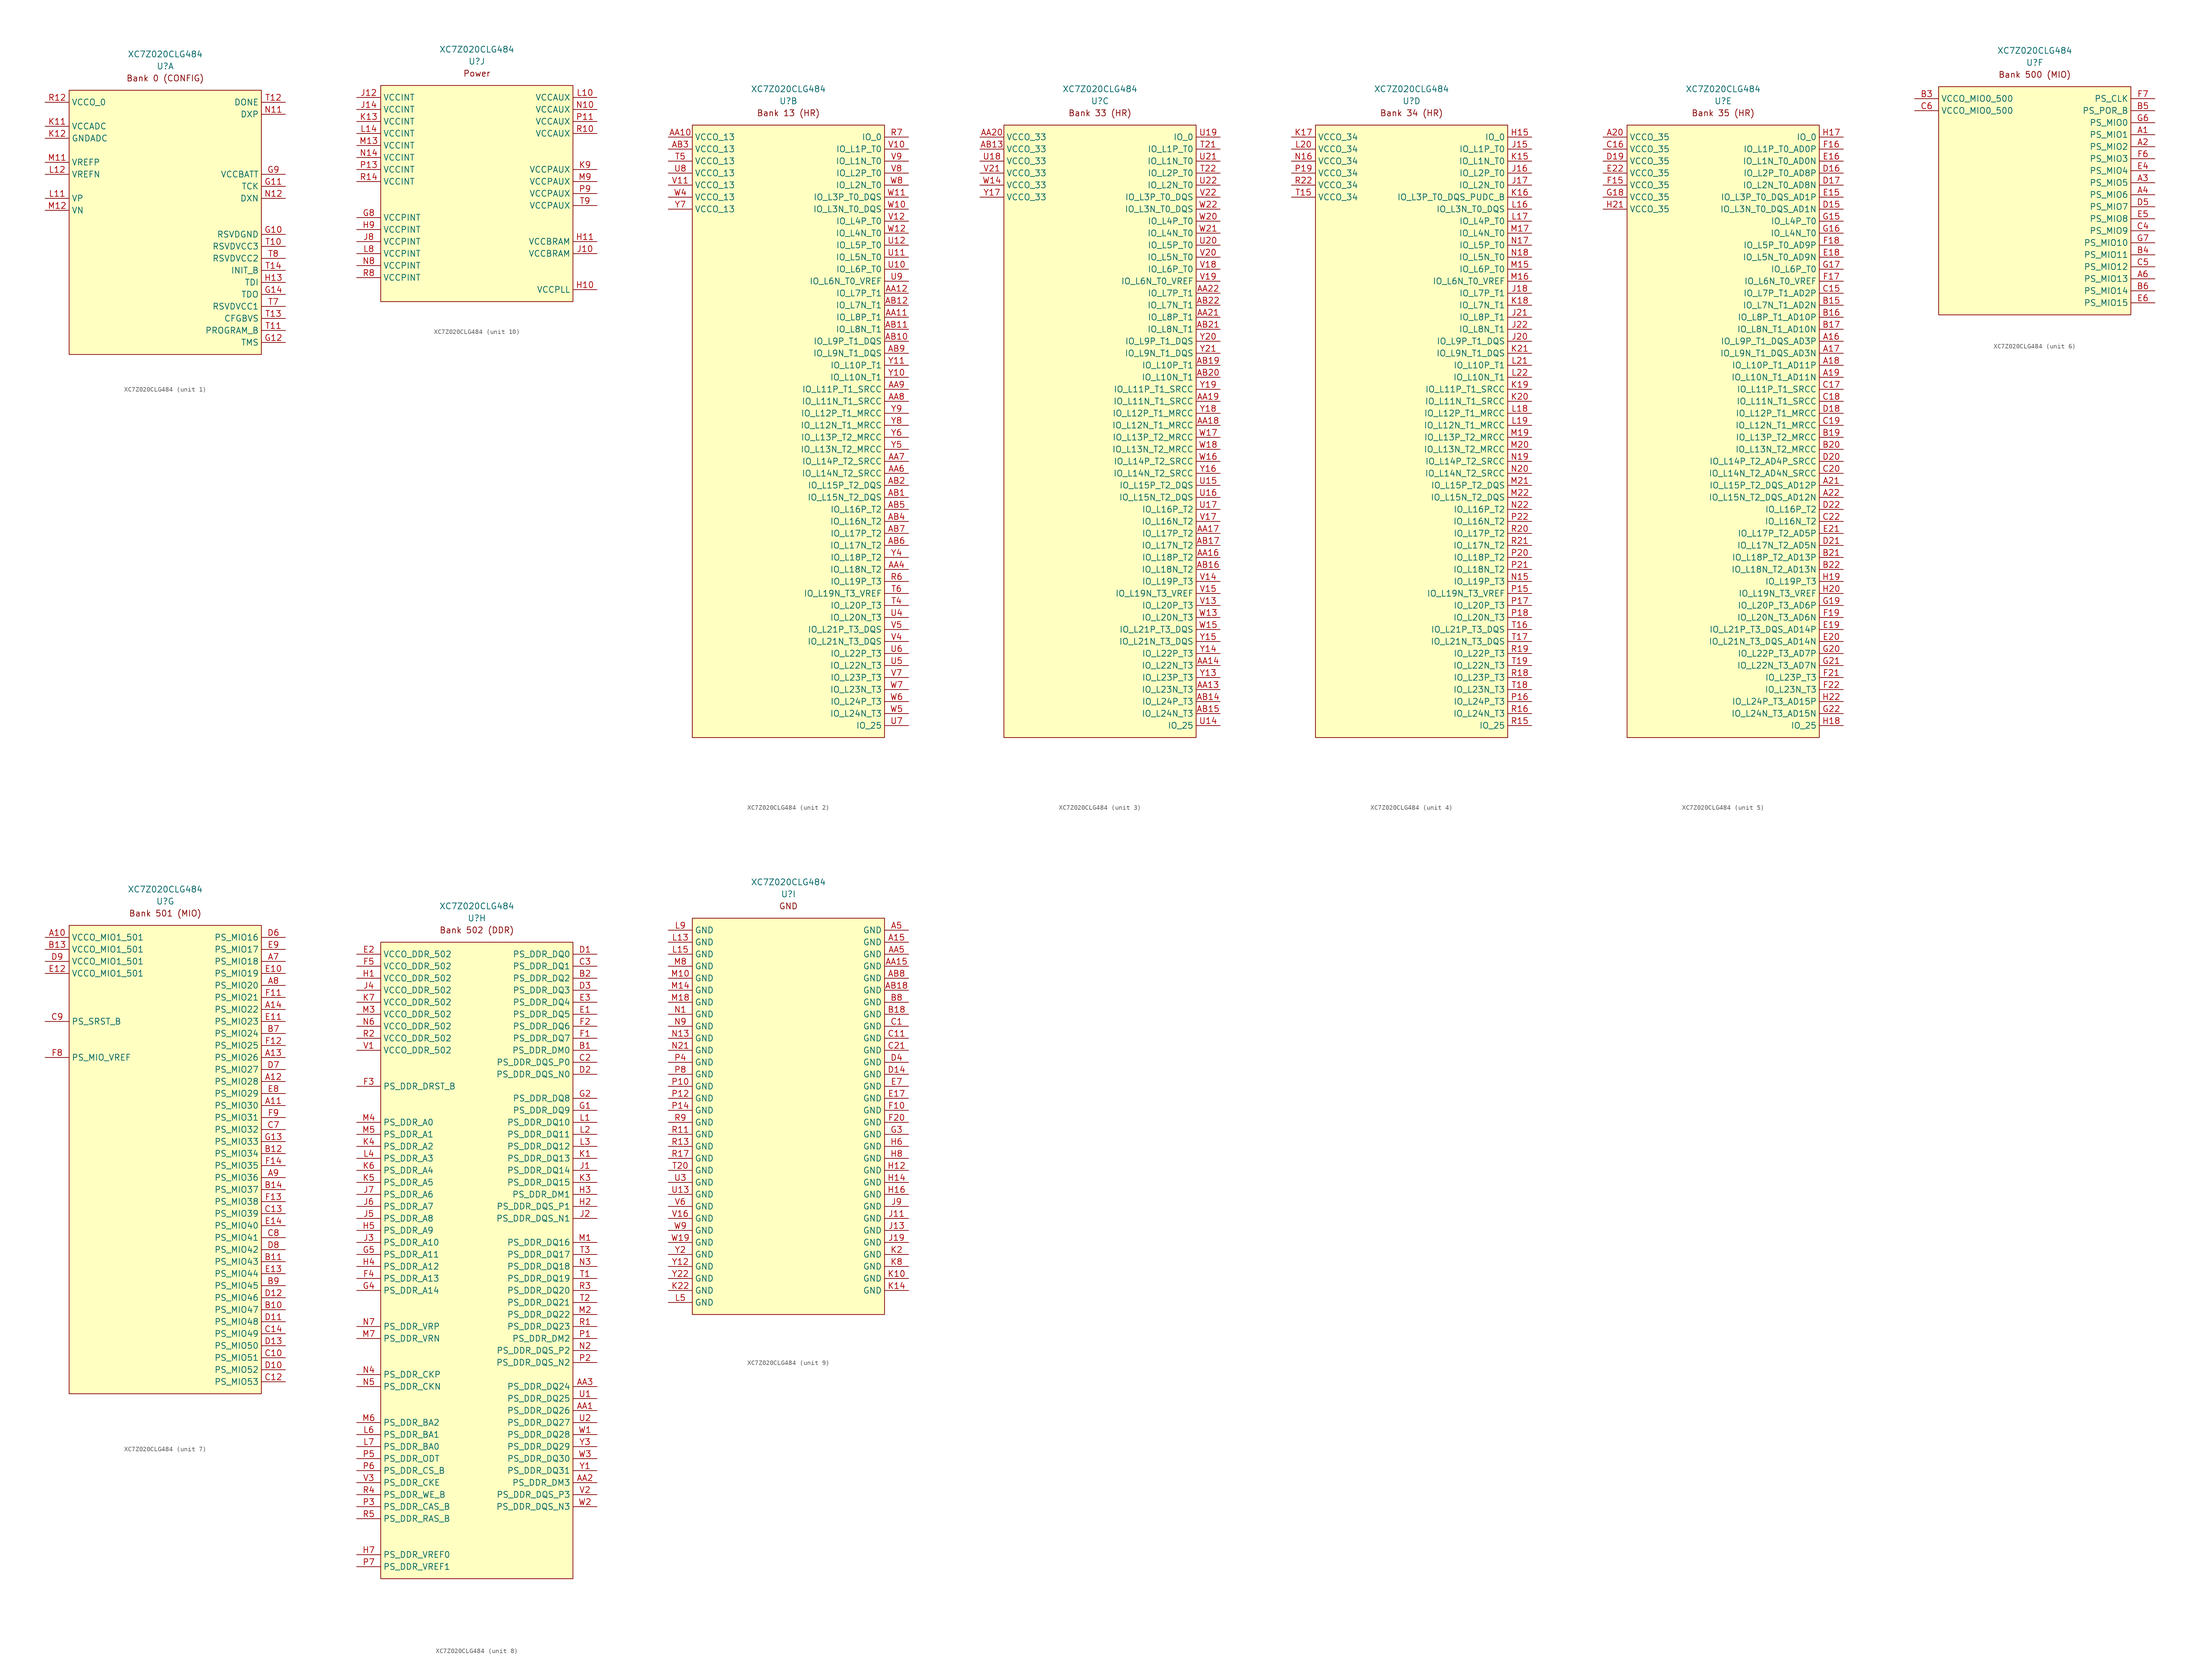
<source format=kicad_sym>
(kicad_symbol_lib
  (version 20211014)
  (generator kicad_symbol_editor)
  (symbol "XC7Z020CLG484"
    (property "Reference" "U"
      (at 0 2.54 0)
      (effects (font (size 1.27 1.27))))
    (property "Value" "XC7Z020CLG484"
      (at 0 5.08 0)
      (effects (font (size 1.27 1.27))))
    (property "ki_locked" ""
      (at 0 0 0)
      (effects (font (size 1.27 1.27))))
    (symbol "XC7Z020CLG484_1_0"
      (text "Bank 0 (CONFIG)" (at 0 0 0) (effects (font (size 1.27 1.27)))))
    (symbol "XC7Z020CLG484_1_1"
      (rectangle (start -20.32 -2.54) (end 20.32 -58.42) (stroke (width 0) (type default) (color 0 0 0 0)) (fill (type background)))
      (pin passive line (at 25.4 -33.02 180) (length 5.08) (name "RSVDGND" (effects (font (size 1.27 1.27)))) (number "G10" (effects (font (size 1.27 1.27)))))
      (pin passive line (at 25.4 -22.86 180) (length 5.08) (name "TCK" (effects (font (size 1.27 1.27)))) (number "G11" (effects (font (size 1.27 1.27)))))
      (pin passive line (at 25.4 -55.88 180) (length 5.08) (name "TMS" (effects (font (size 1.27 1.27)))) (number "G12" (effects (font (size 1.27 1.27)))))
      (pin passive line (at 25.4 -45.72 180) (length 5.08) (name "TDO" (effects (font (size 1.27 1.27)))) (number "G14" (effects (font (size 1.27 1.27)))))
      (pin passive line (at 25.4 -20.32 180) (length 5.08) (name "VCCBATT" (effects (font (size 1.27 1.27)))) (number "G9" (effects (font (size 1.27 1.27)))))
      (pin passive line (at 25.4 -43.18 180) (length 5.08) (name "TDI" (effects (font (size 1.27 1.27)))) (number "H13" (effects (font (size 1.27 1.27)))))
      (pin passive line (at -25.4 -10.16 0) (length 5.08) (name "VCCADC" (effects (font (size 1.27 1.27)))) (number "K11" (effects (font (size 1.27 1.27)))))
      (pin passive line (at -25.4 -12.7 0) (length 5.08) (name "GNDADC" (effects (font (size 1.27 1.27)))) (number "K12" (effects (font (size 1.27 1.27)))))
      (pin passive line (at -25.4 -25.4 0) (length 5.08) (name "VP" (effects (font (size 1.27 1.27)))) (number "L11" (effects (font (size 1.27 1.27)))))
      (pin passive line (at -25.4 -20.32 0) (length 5.08) (name "VREFN" (effects (font (size 1.27 1.27)))) (number "L12" (effects (font (size 1.27 1.27)))))
      (pin passive line (at -25.4 -17.78 0) (length 5.08) (name "VREFP" (effects (font (size 1.27 1.27)))) (number "M11" (effects (font (size 1.27 1.27)))))
      (pin passive line (at -25.4 -27.94 0) (length 5.08) (name "VN" (effects (font (size 1.27 1.27)))) (number "M12" (effects (font (size 1.27 1.27)))))
      (pin passive line (at 25.4 -7.62 180) (length 5.08) (name "DXP" (effects (font (size 1.27 1.27)))) (number "N11" (effects (font (size 1.27 1.27)))))
      (pin passive line (at 25.4 -25.4 180) (length 5.08) (name "DXN" (effects (font (size 1.27 1.27)))) (number "N12" (effects (font (size 1.27 1.27)))))
      (pin power_in line (at -25.4 -5.08 0) (length 5.08) (name "VCCO_0" (effects (font (size 1.27 1.27)))) (number "R12" (effects (font (size 1.27 1.27)))))
      (pin passive line (at 25.4 -35.56 180) (length 5.08) (name "RSVDVCC3" (effects (font (size 1.27 1.27)))) (number "T10" (effects (font (size 1.27 1.27)))))
      (pin passive line (at 25.4 -53.34 180) (length 5.08) (name "PROGRAM_B" (effects (font (size 1.27 1.27)))) (number "T11" (effects (font (size 1.27 1.27)))))
      (pin passive line (at 25.4 -5.08 180) (length 5.08) (name "DONE" (effects (font (size 1.27 1.27)))) (number "T12" (effects (font (size 1.27 1.27)))))
      (pin passive line (at 25.4 -50.8 180) (length 5.08) (name "CFGBVS" (effects (font (size 1.27 1.27)))) (number "T13" (effects (font (size 1.27 1.27)))))
      (pin passive line (at 25.4 -40.64 180) (length 5.08) (name "INIT_B" (effects (font (size 1.27 1.27)))) (number "T14" (effects (font (size 1.27 1.27)))))
      (pin passive line (at 25.4 -48.26 180) (length 5.08) (name "RSVDVCC1" (effects (font (size 1.27 1.27)))) (number "T7" (effects (font (size 1.27 1.27)))))
      (pin passive line (at 25.4 -38.1 180) (length 5.08) (name "RSVDVCC2" (effects (font (size 1.27 1.27)))) (number "T8" (effects (font (size 1.27 1.27))))))
    (symbol "XC7Z020CLG484_2_0"
      (text "Bank 13 (HR)" (at 0 0 0) (effects (font (size 1.27 1.27)))))
    (symbol "XC7Z020CLG484_2_1"
      (rectangle (start -20.32 -2.54) (end 20.32 -132.08) (stroke (width 0) (type default) (color 0 0 0 0)) (fill (type background)))
      (pin power_in line (at -25.4 -5.08 0) (length 5.08) (name "VCCO_13" (effects (font (size 1.27 1.27)))) (number "AA10" (effects (font (size 1.27 1.27)))))
      (pin passive line (at 25.4 -43.18 180) (length 5.08) (name "IO_L8P_T1" (effects (font (size 1.27 1.27)))) (number "AA11" (effects (font (size 1.27 1.27)))))
      (pin passive line (at 25.4 -38.1 180) (length 5.08) (name "IO_L7P_T1" (effects (font (size 1.27 1.27)))) (number "AA12" (effects (font (size 1.27 1.27)))))
      (pin passive line (at 25.4 -96.52 180) (length 5.08) (name "IO_L18N_T2" (effects (font (size 1.27 1.27)))) (number "AA4" (effects (font (size 1.27 1.27)))))
      (pin passive line (at 25.4 -76.2 180) (length 5.08) (name "IO_L14N_T2_SRCC" (effects (font (size 1.27 1.27)))) (number "AA6" (effects (font (size 1.27 1.27)))))
      (pin passive line (at 25.4 -73.66 180) (length 5.08) (name "IO_L14P_T2_SRCC" (effects (font (size 1.27 1.27)))) (number "AA7" (effects (font (size 1.27 1.27)))))
      (pin passive line (at 25.4 -60.96 180) (length 5.08) (name "IO_L11N_T1_SRCC" (effects (font (size 1.27 1.27)))) (number "AA8" (effects (font (size 1.27 1.27)))))
      (pin passive line (at 25.4 -58.42 180) (length 5.08) (name "IO_L11P_T1_SRCC" (effects (font (size 1.27 1.27)))) (number "AA9" (effects (font (size 1.27 1.27)))))
      (pin passive line (at 25.4 -81.28 180) (length 5.08) (name "IO_L15N_T2_DQS" (effects (font (size 1.27 1.27)))) (number "AB1" (effects (font (size 1.27 1.27)))))
      (pin passive line (at 25.4 -48.26 180) (length 5.08) (name "IO_L9P_T1_DQS" (effects (font (size 1.27 1.27)))) (number "AB10" (effects (font (size 1.27 1.27)))))
      (pin passive line (at 25.4 -45.72 180) (length 5.08) (name "IO_L8N_T1" (effects (font (size 1.27 1.27)))) (number "AB11" (effects (font (size 1.27 1.27)))))
      (pin passive line (at 25.4 -40.64 180) (length 5.08) (name "IO_L7N_T1" (effects (font (size 1.27 1.27)))) (number "AB12" (effects (font (size 1.27 1.27)))))
      (pin passive line (at 25.4 -78.74 180) (length 5.08) (name "IO_L15P_T2_DQS" (effects (font (size 1.27 1.27)))) (number "AB2" (effects (font (size 1.27 1.27)))))
      (pin power_in line (at -25.4 -7.62 0) (length 5.08) (name "VCCO_13" (effects (font (size 1.27 1.27)))) (number "AB3" (effects (font (size 1.27 1.27)))))
      (pin passive line (at 25.4 -86.36 180) (length 5.08) (name "IO_L16N_T2" (effects (font (size 1.27 1.27)))) (number "AB4" (effects (font (size 1.27 1.27)))))
      (pin passive line (at 25.4 -83.82 180) (length 5.08) (name "IO_L16P_T2" (effects (font (size 1.27 1.27)))) (number "AB5" (effects (font (size 1.27 1.27)))))
      (pin passive line (at 25.4 -91.44 180) (length 5.08) (name "IO_L17N_T2" (effects (font (size 1.27 1.27)))) (number "AB6" (effects (font (size 1.27 1.27)))))
      (pin passive line (at 25.4 -88.9 180) (length 5.08) (name "IO_L17P_T2" (effects (font (size 1.27 1.27)))) (number "AB7" (effects (font (size 1.27 1.27)))))
      (pin passive line (at 25.4 -50.8 180) (length 5.08) (name "IO_L9N_T1_DQS" (effects (font (size 1.27 1.27)))) (number "AB9" (effects (font (size 1.27 1.27)))))
      (pin passive line (at 25.4 -99.06 180) (length 5.08) (name "IO_L19P_T3" (effects (font (size 1.27 1.27)))) (number "R6" (effects (font (size 1.27 1.27)))))
      (pin passive line (at 25.4 -5.08 180) (length 5.08) (name "IO_0" (effects (font (size 1.27 1.27)))) (number "R7" (effects (font (size 1.27 1.27)))))
      (pin passive line (at 25.4 -104.14 180) (length 5.08) (name "IO_L20P_T3" (effects (font (size 1.27 1.27)))) (number "T4" (effects (font (size 1.27 1.27)))))
      (pin power_in line (at -25.4 -10.16 0) (length 5.08) (name "VCCO_13" (effects (font (size 1.27 1.27)))) (number "T5" (effects (font (size 1.27 1.27)))))
      (pin passive line (at 25.4 -101.6 180) (length 5.08) (name "IO_L19N_T3_VREF" (effects (font (size 1.27 1.27)))) (number "T6" (effects (font (size 1.27 1.27)))))
      (pin passive line (at 25.4 -33.02 180) (length 5.08) (name "IO_L6P_T0" (effects (font (size 1.27 1.27)))) (number "U10" (effects (font (size 1.27 1.27)))))
      (pin passive line (at 25.4 -30.48 180) (length 5.08) (name "IO_L5N_T0" (effects (font (size 1.27 1.27)))) (number "U11" (effects (font (size 1.27 1.27)))))
      (pin passive line (at 25.4 -27.94 180) (length 5.08) (name "IO_L5P_T0" (effects (font (size 1.27 1.27)))) (number "U12" (effects (font (size 1.27 1.27)))))
      (pin passive line (at 25.4 -106.68 180) (length 5.08) (name "IO_L20N_T3" (effects (font (size 1.27 1.27)))) (number "U4" (effects (font (size 1.27 1.27)))))
      (pin passive line (at 25.4 -116.84 180) (length 5.08) (name "IO_L22N_T3" (effects (font (size 1.27 1.27)))) (number "U5" (effects (font (size 1.27 1.27)))))
      (pin passive line (at 25.4 -114.3 180) (length 5.08) (name "IO_L22P_T3" (effects (font (size 1.27 1.27)))) (number "U6" (effects (font (size 1.27 1.27)))))
      (pin passive line (at 25.4 -129.54 180) (length 5.08) (name "IO_25" (effects (font (size 1.27 1.27)))) (number "U7" (effects (font (size 1.27 1.27)))))
      (pin power_in line (at -25.4 -12.7 0) (length 5.08) (name "VCCO_13" (effects (font (size 1.27 1.27)))) (number "U8" (effects (font (size 1.27 1.27)))))
      (pin passive line (at 25.4 -35.56 180) (length 5.08) (name "IO_L6N_T0_VREF" (effects (font (size 1.27 1.27)))) (number "U9" (effects (font (size 1.27 1.27)))))
      (pin passive line (at 25.4 -7.62 180) (length 5.08) (name "IO_L1P_T0" (effects (font (size 1.27 1.27)))) (number "V10" (effects (font (size 1.27 1.27)))))
      (pin power_in line (at -25.4 -15.24 0) (length 5.08) (name "VCCO_13" (effects (font (size 1.27 1.27)))) (number "V11" (effects (font (size 1.27 1.27)))))
      (pin passive line (at 25.4 -22.86 180) (length 5.08) (name "IO_L4P_T0" (effects (font (size 1.27 1.27)))) (number "V12" (effects (font (size 1.27 1.27)))))
      (pin passive line (at 25.4 -111.76 180) (length 5.08) (name "IO_L21N_T3_DQS" (effects (font (size 1.27 1.27)))) (number "V4" (effects (font (size 1.27 1.27)))))
      (pin passive line (at 25.4 -109.22 180) (length 5.08) (name "IO_L21P_T3_DQS" (effects (font (size 1.27 1.27)))) (number "V5" (effects (font (size 1.27 1.27)))))
      (pin passive line (at 25.4 -119.38 180) (length 5.08) (name "IO_L23P_T3" (effects (font (size 1.27 1.27)))) (number "V7" (effects (font (size 1.27 1.27)))))
      (pin passive line (at 25.4 -12.7 180) (length 5.08) (name "IO_L2P_T0" (effects (font (size 1.27 1.27)))) (number "V8" (effects (font (size 1.27 1.27)))))
      (pin passive line (at 25.4 -10.16 180) (length 5.08) (name "IO_L1N_T0" (effects (font (size 1.27 1.27)))) (number "V9" (effects (font (size 1.27 1.27)))))
      (pin passive line (at 25.4 -20.32 180) (length 5.08) (name "IO_L3N_T0_DQS" (effects (font (size 1.27 1.27)))) (number "W10" (effects (font (size 1.27 1.27)))))
      (pin passive line (at 25.4 -17.78 180) (length 5.08) (name "IO_L3P_T0_DQS" (effects (font (size 1.27 1.27)))) (number "W11" (effects (font (size 1.27 1.27)))))
      (pin passive line (at 25.4 -25.4 180) (length 5.08) (name "IO_L4N_T0" (effects (font (size 1.27 1.27)))) (number "W12" (effects (font (size 1.27 1.27)))))
      (pin power_in line (at -25.4 -17.78 0) (length 5.08) (name "VCCO_13" (effects (font (size 1.27 1.27)))) (number "W4" (effects (font (size 1.27 1.27)))))
      (pin passive line (at 25.4 -127 180) (length 5.08) (name "IO_L24N_T3" (effects (font (size 1.27 1.27)))) (number "W5" (effects (font (size 1.27 1.27)))))
      (pin passive line (at 25.4 -124.46 180) (length 5.08) (name "IO_L24P_T3" (effects (font (size 1.27 1.27)))) (number "W6" (effects (font (size 1.27 1.27)))))
      (pin passive line (at 25.4 -121.92 180) (length 5.08) (name "IO_L23N_T3" (effects (font (size 1.27 1.27)))) (number "W7" (effects (font (size 1.27 1.27)))))
      (pin passive line (at 25.4 -15.24 180) (length 5.08) (name "IO_L2N_T0" (effects (font (size 1.27 1.27)))) (number "W8" (effects (font (size 1.27 1.27)))))
      (pin passive line (at 25.4 -55.88 180) (length 5.08) (name "IO_L10N_T1" (effects (font (size 1.27 1.27)))) (number "Y10" (effects (font (size 1.27 1.27)))))
      (pin passive line (at 25.4 -53.34 180) (length 5.08) (name "IO_L10P_T1" (effects (font (size 1.27 1.27)))) (number "Y11" (effects (font (size 1.27 1.27)))))
      (pin passive line (at 25.4 -93.98 180) (length 5.08) (name "IO_L18P_T2" (effects (font (size 1.27 1.27)))) (number "Y4" (effects (font (size 1.27 1.27)))))
      (pin passive line (at 25.4 -71.12 180) (length 5.08) (name "IO_L13N_T2_MRCC" (effects (font (size 1.27 1.27)))) (number "Y5" (effects (font (size 1.27 1.27)))))
      (pin passive line (at 25.4 -68.58 180) (length 5.08) (name "IO_L13P_T2_MRCC" (effects (font (size 1.27 1.27)))) (number "Y6" (effects (font (size 1.27 1.27)))))
      (pin power_in line (at -25.4 -20.32 0) (length 5.08) (name "VCCO_13" (effects (font (size 1.27 1.27)))) (number "Y7" (effects (font (size 1.27 1.27)))))
      (pin passive line (at 25.4 -66.04 180) (length 5.08) (name "IO_L12N_T1_MRCC" (effects (font (size 1.27 1.27)))) (number "Y8" (effects (font (size 1.27 1.27)))))
      (pin passive line (at 25.4 -63.5 180) (length 5.08) (name "IO_L12P_T1_MRCC" (effects (font (size 1.27 1.27)))) (number "Y9" (effects (font (size 1.27 1.27))))))
    (symbol "XC7Z020CLG484_3_0"
      (text "Bank 33 (HR)" (at 0 0 0) (effects (font (size 1.27 1.27)))))
    (symbol "XC7Z020CLG484_3_1"
      (rectangle (start -20.32 -2.54) (end 20.32 -132.08) (stroke (width 0) (type default) (color 0 0 0 0)) (fill (type background)))
      (pin passive line (at 25.4 -121.92 180) (length 5.08) (name "IO_L23N_T3" (effects (font (size 1.27 1.27)))) (number "AA13" (effects (font (size 1.27 1.27)))))
      (pin passive line (at 25.4 -116.84 180) (length 5.08) (name "IO_L22N_T3" (effects (font (size 1.27 1.27)))) (number "AA14" (effects (font (size 1.27 1.27)))))
      (pin passive line (at 25.4 -93.98 180) (length 5.08) (name "IO_L18P_T2" (effects (font (size 1.27 1.27)))) (number "AA16" (effects (font (size 1.27 1.27)))))
      (pin passive line (at 25.4 -88.9 180) (length 5.08) (name "IO_L17P_T2" (effects (font (size 1.27 1.27)))) (number "AA17" (effects (font (size 1.27 1.27)))))
      (pin passive line (at 25.4 -66.04 180) (length 5.08) (name "IO_L12N_T1_MRCC" (effects (font (size 1.27 1.27)))) (number "AA18" (effects (font (size 1.27 1.27)))))
      (pin passive line (at 25.4 -60.96 180) (length 5.08) (name "IO_L11N_T1_SRCC" (effects (font (size 1.27 1.27)))) (number "AA19" (effects (font (size 1.27 1.27)))))
      (pin power_in line (at -25.4 -5.08 0) (length 5.08) (name "VCCO_33" (effects (font (size 1.27 1.27)))) (number "AA20" (effects (font (size 1.27 1.27)))))
      (pin passive line (at 25.4 -43.18 180) (length 5.08) (name "IO_L8P_T1" (effects (font (size 1.27 1.27)))) (number "AA21" (effects (font (size 1.27 1.27)))))
      (pin passive line (at 25.4 -38.1 180) (length 5.08) (name "IO_L7P_T1" (effects (font (size 1.27 1.27)))) (number "AA22" (effects (font (size 1.27 1.27)))))
      (pin power_in line (at -25.4 -7.62 0) (length 5.08) (name "VCCO_33" (effects (font (size 1.27 1.27)))) (number "AB13" (effects (font (size 1.27 1.27)))))
      (pin passive line (at 25.4 -124.46 180) (length 5.08) (name "IO_L24P_T3" (effects (font (size 1.27 1.27)))) (number "AB14" (effects (font (size 1.27 1.27)))))
      (pin passive line (at 25.4 -127 180) (length 5.08) (name "IO_L24N_T3" (effects (font (size 1.27 1.27)))) (number "AB15" (effects (font (size 1.27 1.27)))))
      (pin passive line (at 25.4 -96.52 180) (length 5.08) (name "IO_L18N_T2" (effects (font (size 1.27 1.27)))) (number "AB16" (effects (font (size 1.27 1.27)))))
      (pin passive line (at 25.4 -91.44 180) (length 5.08) (name "IO_L17N_T2" (effects (font (size 1.27 1.27)))) (number "AB17" (effects (font (size 1.27 1.27)))))
      (pin passive line (at 25.4 -53.34 180) (length 5.08) (name "IO_L10P_T1" (effects (font (size 1.27 1.27)))) (number "AB19" (effects (font (size 1.27 1.27)))))
      (pin passive line (at 25.4 -55.88 180) (length 5.08) (name "IO_L10N_T1" (effects (font (size 1.27 1.27)))) (number "AB20" (effects (font (size 1.27 1.27)))))
      (pin passive line (at 25.4 -45.72 180) (length 5.08) (name "IO_L8N_T1" (effects (font (size 1.27 1.27)))) (number "AB21" (effects (font (size 1.27 1.27)))))
      (pin passive line (at 25.4 -40.64 180) (length 5.08) (name "IO_L7N_T1" (effects (font (size 1.27 1.27)))) (number "AB22" (effects (font (size 1.27 1.27)))))
      (pin passive line (at 25.4 -7.62 180) (length 5.08) (name "IO_L1P_T0" (effects (font (size 1.27 1.27)))) (number "T21" (effects (font (size 1.27 1.27)))))
      (pin passive line (at 25.4 -12.7 180) (length 5.08) (name "IO_L2P_T0" (effects (font (size 1.27 1.27)))) (number "T22" (effects (font (size 1.27 1.27)))))
      (pin passive line (at 25.4 -129.54 180) (length 5.08) (name "IO_25" (effects (font (size 1.27 1.27)))) (number "U14" (effects (font (size 1.27 1.27)))))
      (pin passive line (at 25.4 -78.74 180) (length 5.08) (name "IO_L15P_T2_DQS" (effects (font (size 1.27 1.27)))) (number "U15" (effects (font (size 1.27 1.27)))))
      (pin passive line (at 25.4 -81.28 180) (length 5.08) (name "IO_L15N_T2_DQS" (effects (font (size 1.27 1.27)))) (number "U16" (effects (font (size 1.27 1.27)))))
      (pin passive line (at 25.4 -83.82 180) (length 5.08) (name "IO_L16P_T2" (effects (font (size 1.27 1.27)))) (number "U17" (effects (font (size 1.27 1.27)))))
      (pin power_in line (at -25.4 -10.16 0) (length 5.08) (name "VCCO_33" (effects (font (size 1.27 1.27)))) (number "U18" (effects (font (size 1.27 1.27)))))
      (pin passive line (at 25.4 -5.08 180) (length 5.08) (name "IO_0" (effects (font (size 1.27 1.27)))) (number "U19" (effects (font (size 1.27 1.27)))))
      (pin passive line (at 25.4 -27.94 180) (length 5.08) (name "IO_L5P_T0" (effects (font (size 1.27 1.27)))) (number "U20" (effects (font (size 1.27 1.27)))))
      (pin passive line (at 25.4 -10.16 180) (length 5.08) (name "IO_L1N_T0" (effects (font (size 1.27 1.27)))) (number "U21" (effects (font (size 1.27 1.27)))))
      (pin passive line (at 25.4 -15.24 180) (length 5.08) (name "IO_L2N_T0" (effects (font (size 1.27 1.27)))) (number "U22" (effects (font (size 1.27 1.27)))))
      (pin passive line (at 25.4 -104.14 180) (length 5.08) (name "IO_L20P_T3" (effects (font (size 1.27 1.27)))) (number "V13" (effects (font (size 1.27 1.27)))))
      (pin passive line (at 25.4 -99.06 180) (length 5.08) (name "IO_L19P_T3" (effects (font (size 1.27 1.27)))) (number "V14" (effects (font (size 1.27 1.27)))))
      (pin passive line (at 25.4 -101.6 180) (length 5.08) (name "IO_L19N_T3_VREF" (effects (font (size 1.27 1.27)))) (number "V15" (effects (font (size 1.27 1.27)))))
      (pin passive line (at 25.4 -86.36 180) (length 5.08) (name "IO_L16N_T2" (effects (font (size 1.27 1.27)))) (number "V17" (effects (font (size 1.27 1.27)))))
      (pin passive line (at 25.4 -33.02 180) (length 5.08) (name "IO_L6P_T0" (effects (font (size 1.27 1.27)))) (number "V18" (effects (font (size 1.27 1.27)))))
      (pin passive line (at 25.4 -35.56 180) (length 5.08) (name "IO_L6N_T0_VREF" (effects (font (size 1.27 1.27)))) (number "V19" (effects (font (size 1.27 1.27)))))
      (pin passive line (at 25.4 -30.48 180) (length 5.08) (name "IO_L5N_T0" (effects (font (size 1.27 1.27)))) (number "V20" (effects (font (size 1.27 1.27)))))
      (pin power_in line (at -25.4 -12.7 0) (length 5.08) (name "VCCO_33" (effects (font (size 1.27 1.27)))) (number "V21" (effects (font (size 1.27 1.27)))))
      (pin passive line (at 25.4 -17.78 180) (length 5.08) (name "IO_L3P_T0_DQS" (effects (font (size 1.27 1.27)))) (number "V22" (effects (font (size 1.27 1.27)))))
      (pin passive line (at 25.4 -106.68 180) (length 5.08) (name "IO_L20N_T3" (effects (font (size 1.27 1.27)))) (number "W13" (effects (font (size 1.27 1.27)))))
      (pin power_in line (at -25.4 -15.24 0) (length 5.08) (name "VCCO_33" (effects (font (size 1.27 1.27)))) (number "W14" (effects (font (size 1.27 1.27)))))
      (pin passive line (at 25.4 -109.22 180) (length 5.08) (name "IO_L21P_T3_DQS" (effects (font (size 1.27 1.27)))) (number "W15" (effects (font (size 1.27 1.27)))))
      (pin passive line (at 25.4 -73.66 180) (length 5.08) (name "IO_L14P_T2_SRCC" (effects (font (size 1.27 1.27)))) (number "W16" (effects (font (size 1.27 1.27)))))
      (pin passive line (at 25.4 -68.58 180) (length 5.08) (name "IO_L13P_T2_MRCC" (effects (font (size 1.27 1.27)))) (number "W17" (effects (font (size 1.27 1.27)))))
      (pin passive line (at 25.4 -71.12 180) (length 5.08) (name "IO_L13N_T2_MRCC" (effects (font (size 1.27 1.27)))) (number "W18" (effects (font (size 1.27 1.27)))))
      (pin passive line (at 25.4 -22.86 180) (length 5.08) (name "IO_L4P_T0" (effects (font (size 1.27 1.27)))) (number "W20" (effects (font (size 1.27 1.27)))))
      (pin passive line (at 25.4 -25.4 180) (length 5.08) (name "IO_L4N_T0" (effects (font (size 1.27 1.27)))) (number "W21" (effects (font (size 1.27 1.27)))))
      (pin passive line (at 25.4 -20.32 180) (length 5.08) (name "IO_L3N_T0_DQS" (effects (font (size 1.27 1.27)))) (number "W22" (effects (font (size 1.27 1.27)))))
      (pin passive line (at 25.4 -119.38 180) (length 5.08) (name "IO_L23P_T3" (effects (font (size 1.27 1.27)))) (number "Y13" (effects (font (size 1.27 1.27)))))
      (pin passive line (at 25.4 -114.3 180) (length 5.08) (name "IO_L22P_T3" (effects (font (size 1.27 1.27)))) (number "Y14" (effects (font (size 1.27 1.27)))))
      (pin passive line (at 25.4 -111.76 180) (length 5.08) (name "IO_L21N_T3_DQS" (effects (font (size 1.27 1.27)))) (number "Y15" (effects (font (size 1.27 1.27)))))
      (pin passive line (at 25.4 -76.2 180) (length 5.08) (name "IO_L14N_T2_SRCC" (effects (font (size 1.27 1.27)))) (number "Y16" (effects (font (size 1.27 1.27)))))
      (pin power_in line (at -25.4 -17.78 0) (length 5.08) (name "VCCO_33" (effects (font (size 1.27 1.27)))) (number "Y17" (effects (font (size 1.27 1.27)))))
      (pin passive line (at 25.4 -63.5 180) (length 5.08) (name "IO_L12P_T1_MRCC" (effects (font (size 1.27 1.27)))) (number "Y18" (effects (font (size 1.27 1.27)))))
      (pin passive line (at 25.4 -58.42 180) (length 5.08) (name "IO_L11P_T1_SRCC" (effects (font (size 1.27 1.27)))) (number "Y19" (effects (font (size 1.27 1.27)))))
      (pin passive line (at 25.4 -48.26 180) (length 5.08) (name "IO_L9P_T1_DQS" (effects (font (size 1.27 1.27)))) (number "Y20" (effects (font (size 1.27 1.27)))))
      (pin passive line (at 25.4 -50.8 180) (length 5.08) (name "IO_L9N_T1_DQS" (effects (font (size 1.27 1.27)))) (number "Y21" (effects (font (size 1.27 1.27))))))
    (symbol "XC7Z020CLG484_4_0"
      (text "Bank 34 (HR)" (at 0 0 0) (effects (font (size 1.27 1.27)))))
    (symbol "XC7Z020CLG484_4_1"
      (rectangle (start -20.32 -2.54) (end 20.32 -132.08) (stroke (width 0) (type default) (color 0 0 0 0)) (fill (type background)))
      (pin passive line (at 25.4 -5.08 180) (length 5.08) (name "IO_0" (effects (font (size 1.27 1.27)))) (number "H15" (effects (font (size 1.27 1.27)))))
      (pin passive line (at 25.4 -7.62 180) (length 5.08) (name "IO_L1P_T0" (effects (font (size 1.27 1.27)))) (number "J15" (effects (font (size 1.27 1.27)))))
      (pin passive line (at 25.4 -12.7 180) (length 5.08) (name "IO_L2P_T0" (effects (font (size 1.27 1.27)))) (number "J16" (effects (font (size 1.27 1.27)))))
      (pin passive line (at 25.4 -15.24 180) (length 5.08) (name "IO_L2N_T0" (effects (font (size 1.27 1.27)))) (number "J17" (effects (font (size 1.27 1.27)))))
      (pin passive line (at 25.4 -38.1 180) (length 5.08) (name "IO_L7P_T1" (effects (font (size 1.27 1.27)))) (number "J18" (effects (font (size 1.27 1.27)))))
      (pin passive line (at 25.4 -48.26 180) (length 5.08) (name "IO_L9P_T1_DQS" (effects (font (size 1.27 1.27)))) (number "J20" (effects (font (size 1.27 1.27)))))
      (pin passive line (at 25.4 -43.18 180) (length 5.08) (name "IO_L8P_T1" (effects (font (size 1.27 1.27)))) (number "J21" (effects (font (size 1.27 1.27)))))
      (pin passive line (at 25.4 -45.72 180) (length 5.08) (name "IO_L8N_T1" (effects (font (size 1.27 1.27)))) (number "J22" (effects (font (size 1.27 1.27)))))
      (pin passive line (at 25.4 -10.16 180) (length 5.08) (name "IO_L1N_T0" (effects (font (size 1.27 1.27)))) (number "K15" (effects (font (size 1.27 1.27)))))
      (pin passive line (at 25.4 -17.78 180) (length 5.08) (name "IO_L3P_T0_DQS_PUDC_B" (effects (font (size 1.27 1.27)))) (number "K16" (effects (font (size 1.27 1.27)))))
      (pin power_in line (at -25.4 -5.08 0) (length 5.08) (name "VCCO_34" (effects (font (size 1.27 1.27)))) (number "K17" (effects (font (size 1.27 1.27)))))
      (pin passive line (at 25.4 -40.64 180) (length 5.08) (name "IO_L7N_T1" (effects (font (size 1.27 1.27)))) (number "K18" (effects (font (size 1.27 1.27)))))
      (pin passive line (at 25.4 -58.42 180) (length 5.08) (name "IO_L11P_T1_SRCC" (effects (font (size 1.27 1.27)))) (number "K19" (effects (font (size 1.27 1.27)))))
      (pin passive line (at 25.4 -60.96 180) (length 5.08) (name "IO_L11N_T1_SRCC" (effects (font (size 1.27 1.27)))) (number "K20" (effects (font (size 1.27 1.27)))))
      (pin passive line (at 25.4 -50.8 180) (length 5.08) (name "IO_L9N_T1_DQS" (effects (font (size 1.27 1.27)))) (number "K21" (effects (font (size 1.27 1.27)))))
      (pin passive line (at 25.4 -20.32 180) (length 5.08) (name "IO_L3N_T0_DQS" (effects (font (size 1.27 1.27)))) (number "L16" (effects (font (size 1.27 1.27)))))
      (pin passive line (at 25.4 -22.86 180) (length 5.08) (name "IO_L4P_T0" (effects (font (size 1.27 1.27)))) (number "L17" (effects (font (size 1.27 1.27)))))
      (pin passive line (at 25.4 -63.5 180) (length 5.08) (name "IO_L12P_T1_MRCC" (effects (font (size 1.27 1.27)))) (number "L18" (effects (font (size 1.27 1.27)))))
      (pin passive line (at 25.4 -66.04 180) (length 5.08) (name "IO_L12N_T1_MRCC" (effects (font (size 1.27 1.27)))) (number "L19" (effects (font (size 1.27 1.27)))))
      (pin power_in line (at -25.4 -7.62 0) (length 5.08) (name "VCCO_34" (effects (font (size 1.27 1.27)))) (number "L20" (effects (font (size 1.27 1.27)))))
      (pin passive line (at 25.4 -53.34 180) (length 5.08) (name "IO_L10P_T1" (effects (font (size 1.27 1.27)))) (number "L21" (effects (font (size 1.27 1.27)))))
      (pin passive line (at 25.4 -55.88 180) (length 5.08) (name "IO_L10N_T1" (effects (font (size 1.27 1.27)))) (number "L22" (effects (font (size 1.27 1.27)))))
      (pin passive line (at 25.4 -33.02 180) (length 5.08) (name "IO_L6P_T0" (effects (font (size 1.27 1.27)))) (number "M15" (effects (font (size 1.27 1.27)))))
      (pin passive line (at 25.4 -35.56 180) (length 5.08) (name "IO_L6N_T0_VREF" (effects (font (size 1.27 1.27)))) (number "M16" (effects (font (size 1.27 1.27)))))
      (pin passive line (at 25.4 -25.4 180) (length 5.08) (name "IO_L4N_T0" (effects (font (size 1.27 1.27)))) (number "M17" (effects (font (size 1.27 1.27)))))
      (pin passive line (at 25.4 -68.58 180) (length 5.08) (name "IO_L13P_T2_MRCC" (effects (font (size 1.27 1.27)))) (number "M19" (effects (font (size 1.27 1.27)))))
      (pin passive line (at 25.4 -71.12 180) (length 5.08) (name "IO_L13N_T2_MRCC" (effects (font (size 1.27 1.27)))) (number "M20" (effects (font (size 1.27 1.27)))))
      (pin passive line (at 25.4 -78.74 180) (length 5.08) (name "IO_L15P_T2_DQS" (effects (font (size 1.27 1.27)))) (number "M21" (effects (font (size 1.27 1.27)))))
      (pin passive line (at 25.4 -81.28 180) (length 5.08) (name "IO_L15N_T2_DQS" (effects (font (size 1.27 1.27)))) (number "M22" (effects (font (size 1.27 1.27)))))
      (pin passive line (at 25.4 -99.06 180) (length 5.08) (name "IO_L19P_T3" (effects (font (size 1.27 1.27)))) (number "N15" (effects (font (size 1.27 1.27)))))
      (pin power_in line (at -25.4 -10.16 0) (length 5.08) (name "VCCO_34" (effects (font (size 1.27 1.27)))) (number "N16" (effects (font (size 1.27 1.27)))))
      (pin passive line (at 25.4 -27.94 180) (length 5.08) (name "IO_L5P_T0" (effects (font (size 1.27 1.27)))) (number "N17" (effects (font (size 1.27 1.27)))))
      (pin passive line (at 25.4 -30.48 180) (length 5.08) (name "IO_L5N_T0" (effects (font (size 1.27 1.27)))) (number "N18" (effects (font (size 1.27 1.27)))))
      (pin passive line (at 25.4 -73.66 180) (length 5.08) (name "IO_L14P_T2_SRCC" (effects (font (size 1.27 1.27)))) (number "N19" (effects (font (size 1.27 1.27)))))
      (pin passive line (at 25.4 -76.2 180) (length 5.08) (name "IO_L14N_T2_SRCC" (effects (font (size 1.27 1.27)))) (number "N20" (effects (font (size 1.27 1.27)))))
      (pin passive line (at 25.4 -83.82 180) (length 5.08) (name "IO_L16P_T2" (effects (font (size 1.27 1.27)))) (number "N22" (effects (font (size 1.27 1.27)))))
      (pin passive line (at 25.4 -101.6 180) (length 5.08) (name "IO_L19N_T3_VREF" (effects (font (size 1.27 1.27)))) (number "P15" (effects (font (size 1.27 1.27)))))
      (pin passive line (at 25.4 -124.46 180) (length 5.08) (name "IO_L24P_T3" (effects (font (size 1.27 1.27)))) (number "P16" (effects (font (size 1.27 1.27)))))
      (pin passive line (at 25.4 -104.14 180) (length 5.08) (name "IO_L20P_T3" (effects (font (size 1.27 1.27)))) (number "P17" (effects (font (size 1.27 1.27)))))
      (pin passive line (at 25.4 -106.68 180) (length 5.08) (name "IO_L20N_T3" (effects (font (size 1.27 1.27)))) (number "P18" (effects (font (size 1.27 1.27)))))
      (pin power_in line (at -25.4 -12.7 0) (length 5.08) (name "VCCO_34" (effects (font (size 1.27 1.27)))) (number "P19" (effects (font (size 1.27 1.27)))))
      (pin passive line (at 25.4 -93.98 180) (length 5.08) (name "IO_L18P_T2" (effects (font (size 1.27 1.27)))) (number "P20" (effects (font (size 1.27 1.27)))))
      (pin passive line (at 25.4 -96.52 180) (length 5.08) (name "IO_L18N_T2" (effects (font (size 1.27 1.27)))) (number "P21" (effects (font (size 1.27 1.27)))))
      (pin passive line (at 25.4 -86.36 180) (length 5.08) (name "IO_L16N_T2" (effects (font (size 1.27 1.27)))) (number "P22" (effects (font (size 1.27 1.27)))))
      (pin passive line (at 25.4 -129.54 180) (length 5.08) (name "IO_25" (effects (font (size 1.27 1.27)))) (number "R15" (effects (font (size 1.27 1.27)))))
      (pin passive line (at 25.4 -127 180) (length 5.08) (name "IO_L24N_T3" (effects (font (size 1.27 1.27)))) (number "R16" (effects (font (size 1.27 1.27)))))
      (pin passive line (at 25.4 -119.38 180) (length 5.08) (name "IO_L23P_T3" (effects (font (size 1.27 1.27)))) (number "R18" (effects (font (size 1.27 1.27)))))
      (pin passive line (at 25.4 -114.3 180) (length 5.08) (name "IO_L22P_T3" (effects (font (size 1.27 1.27)))) (number "R19" (effects (font (size 1.27 1.27)))))
      (pin passive line (at 25.4 -88.9 180) (length 5.08) (name "IO_L17P_T2" (effects (font (size 1.27 1.27)))) (number "R20" (effects (font (size 1.27 1.27)))))
      (pin passive line (at 25.4 -91.44 180) (length 5.08) (name "IO_L17N_T2" (effects (font (size 1.27 1.27)))) (number "R21" (effects (font (size 1.27 1.27)))))
      (pin power_in line (at -25.4 -15.24 0) (length 5.08) (name "VCCO_34" (effects (font (size 1.27 1.27)))) (number "R22" (effects (font (size 1.27 1.27)))))
      (pin power_in line (at -25.4 -17.78 0) (length 5.08) (name "VCCO_34" (effects (font (size 1.27 1.27)))) (number "T15" (effects (font (size 1.27 1.27)))))
      (pin passive line (at 25.4 -109.22 180) (length 5.08) (name "IO_L21P_T3_DQS" (effects (font (size 1.27 1.27)))) (number "T16" (effects (font (size 1.27 1.27)))))
      (pin passive line (at 25.4 -111.76 180) (length 5.08) (name "IO_L21N_T3_DQS" (effects (font (size 1.27 1.27)))) (number "T17" (effects (font (size 1.27 1.27)))))
      (pin passive line (at 25.4 -121.92 180) (length 5.08) (name "IO_L23N_T3" (effects (font (size 1.27 1.27)))) (number "T18" (effects (font (size 1.27 1.27)))))
      (pin passive line (at 25.4 -116.84 180) (length 5.08) (name "IO_L22N_T3" (effects (font (size 1.27 1.27)))) (number "T19" (effects (font (size 1.27 1.27))))))
    (symbol "XC7Z020CLG484_5_0"
      (text "Bank 35 (HR)" (at 0 0 0) (effects (font (size 1.27 1.27)))))
    (symbol "XC7Z020CLG484_5_1"
      (rectangle (start -20.32 -2.54) (end 20.32 -132.08) (stroke (width 0) (type default) (color 0 0 0 0)) (fill (type background)))
      (pin passive line (at 25.4 -48.26 180) (length 5.08) (name "IO_L9P_T1_DQS_AD3P" (effects (font (size 1.27 1.27)))) (number "A16" (effects (font (size 1.27 1.27)))))
      (pin passive line (at 25.4 -50.8 180) (length 5.08) (name "IO_L9N_T1_DQS_AD3N" (effects (font (size 1.27 1.27)))) (number "A17" (effects (font (size 1.27 1.27)))))
      (pin passive line (at 25.4 -53.34 180) (length 5.08) (name "IO_L10P_T1_AD11P" (effects (font (size 1.27 1.27)))) (number "A18" (effects (font (size 1.27 1.27)))))
      (pin passive line (at 25.4 -55.88 180) (length 5.08) (name "IO_L10N_T1_AD11N" (effects (font (size 1.27 1.27)))) (number "A19" (effects (font (size 1.27 1.27)))))
      (pin power_in line (at -25.4 -5.08 0) (length 5.08) (name "VCCO_35" (effects (font (size 1.27 1.27)))) (number "A20" (effects (font (size 1.27 1.27)))))
      (pin passive line (at 25.4 -78.74 180) (length 5.08) (name "IO_L15P_T2_DQS_AD12P" (effects (font (size 1.27 1.27)))) (number "A21" (effects (font (size 1.27 1.27)))))
      (pin passive line (at 25.4 -81.28 180) (length 5.08) (name "IO_L15N_T2_DQS_AD12N" (effects (font (size 1.27 1.27)))) (number "A22" (effects (font (size 1.27 1.27)))))
      (pin passive line (at 25.4 -40.64 180) (length 5.08) (name "IO_L7N_T1_AD2N" (effects (font (size 1.27 1.27)))) (number "B15" (effects (font (size 1.27 1.27)))))
      (pin passive line (at 25.4 -43.18 180) (length 5.08) (name "IO_L8P_T1_AD10P" (effects (font (size 1.27 1.27)))) (number "B16" (effects (font (size 1.27 1.27)))))
      (pin passive line (at 25.4 -45.72 180) (length 5.08) (name "IO_L8N_T1_AD10N" (effects (font (size 1.27 1.27)))) (number "B17" (effects (font (size 1.27 1.27)))))
      (pin passive line (at 25.4 -68.58 180) (length 5.08) (name "IO_L13P_T2_MRCC" (effects (font (size 1.27 1.27)))) (number "B19" (effects (font (size 1.27 1.27)))))
      (pin passive line (at 25.4 -71.12 180) (length 5.08) (name "IO_L13N_T2_MRCC" (effects (font (size 1.27 1.27)))) (number "B20" (effects (font (size 1.27 1.27)))))
      (pin passive line (at 25.4 -93.98 180) (length 5.08) (name "IO_L18P_T2_AD13P" (effects (font (size 1.27 1.27)))) (number "B21" (effects (font (size 1.27 1.27)))))
      (pin passive line (at 25.4 -96.52 180) (length 5.08) (name "IO_L18N_T2_AD13N" (effects (font (size 1.27 1.27)))) (number "B22" (effects (font (size 1.27 1.27)))))
      (pin passive line (at 25.4 -38.1 180) (length 5.08) (name "IO_L7P_T1_AD2P" (effects (font (size 1.27 1.27)))) (number "C15" (effects (font (size 1.27 1.27)))))
      (pin power_in line (at -25.4 -7.62 0) (length 5.08) (name "VCCO_35" (effects (font (size 1.27 1.27)))) (number "C16" (effects (font (size 1.27 1.27)))))
      (pin passive line (at 25.4 -58.42 180) (length 5.08) (name "IO_L11P_T1_SRCC" (effects (font (size 1.27 1.27)))) (number "C17" (effects (font (size 1.27 1.27)))))
      (pin passive line (at 25.4 -60.96 180) (length 5.08) (name "IO_L11N_T1_SRCC" (effects (font (size 1.27 1.27)))) (number "C18" (effects (font (size 1.27 1.27)))))
      (pin passive line (at 25.4 -66.04 180) (length 5.08) (name "IO_L12N_T1_MRCC" (effects (font (size 1.27 1.27)))) (number "C19" (effects (font (size 1.27 1.27)))))
      (pin passive line (at 25.4 -76.2 180) (length 5.08) (name "IO_L14N_T2_AD4N_SRCC" (effects (font (size 1.27 1.27)))) (number "C20" (effects (font (size 1.27 1.27)))))
      (pin passive line (at 25.4 -86.36 180) (length 5.08) (name "IO_L16N_T2" (effects (font (size 1.27 1.27)))) (number "C22" (effects (font (size 1.27 1.27)))))
      (pin passive line (at 25.4 -20.32 180) (length 5.08) (name "IO_L3N_T0_DQS_AD1N" (effects (font (size 1.27 1.27)))) (number "D15" (effects (font (size 1.27 1.27)))))
      (pin passive line (at 25.4 -12.7 180) (length 5.08) (name "IO_L2P_T0_AD8P" (effects (font (size 1.27 1.27)))) (number "D16" (effects (font (size 1.27 1.27)))))
      (pin passive line (at 25.4 -15.24 180) (length 5.08) (name "IO_L2N_T0_AD8N" (effects (font (size 1.27 1.27)))) (number "D17" (effects (font (size 1.27 1.27)))))
      (pin passive line (at 25.4 -63.5 180) (length 5.08) (name "IO_L12P_T1_MRCC" (effects (font (size 1.27 1.27)))) (number "D18" (effects (font (size 1.27 1.27)))))
      (pin power_in line (at -25.4 -10.16 0) (length 5.08) (name "VCCO_35" (effects (font (size 1.27 1.27)))) (number "D19" (effects (font (size 1.27 1.27)))))
      (pin passive line (at 25.4 -73.66 180) (length 5.08) (name "IO_L14P_T2_AD4P_SRCC" (effects (font (size 1.27 1.27)))) (number "D20" (effects (font (size 1.27 1.27)))))
      (pin passive line (at 25.4 -91.44 180) (length 5.08) (name "IO_L17N_T2_AD5N" (effects (font (size 1.27 1.27)))) (number "D21" (effects (font (size 1.27 1.27)))))
      (pin passive line (at 25.4 -83.82 180) (length 5.08) (name "IO_L16P_T2" (effects (font (size 1.27 1.27)))) (number "D22" (effects (font (size 1.27 1.27)))))
      (pin passive line (at 25.4 -17.78 180) (length 5.08) (name "IO_L3P_T0_DQS_AD1P" (effects (font (size 1.27 1.27)))) (number "E15" (effects (font (size 1.27 1.27)))))
      (pin passive line (at 25.4 -10.16 180) (length 5.08) (name "IO_L1N_T0_AD0N" (effects (font (size 1.27 1.27)))) (number "E16" (effects (font (size 1.27 1.27)))))
      (pin passive line (at 25.4 -30.48 180) (length 5.08) (name "IO_L5N_T0_AD9N" (effects (font (size 1.27 1.27)))) (number "E18" (effects (font (size 1.27 1.27)))))
      (pin passive line (at 25.4 -109.22 180) (length 5.08) (name "IO_L21P_T3_DQS_AD14P" (effects (font (size 1.27 1.27)))) (number "E19" (effects (font (size 1.27 1.27)))))
      (pin passive line (at 25.4 -111.76 180) (length 5.08) (name "IO_L21N_T3_DQS_AD14N" (effects (font (size 1.27 1.27)))) (number "E20" (effects (font (size 1.27 1.27)))))
      (pin passive line (at 25.4 -88.9 180) (length 5.08) (name "IO_L17P_T2_AD5P" (effects (font (size 1.27 1.27)))) (number "E21" (effects (font (size 1.27 1.27)))))
      (pin power_in line (at -25.4 -12.7 0) (length 5.08) (name "VCCO_35" (effects (font (size 1.27 1.27)))) (number "E22" (effects (font (size 1.27 1.27)))))
      (pin power_in line (at -25.4 -15.24 0) (length 5.08) (name "VCCO_35" (effects (font (size 1.27 1.27)))) (number "F15" (effects (font (size 1.27 1.27)))))
      (pin passive line (at 25.4 -7.62 180) (length 5.08) (name "IO_L1P_T0_AD0P" (effects (font (size 1.27 1.27)))) (number "F16" (effects (font (size 1.27 1.27)))))
      (pin passive line (at 25.4 -35.56 180) (length 5.08) (name "IO_L6N_T0_VREF" (effects (font (size 1.27 1.27)))) (number "F17" (effects (font (size 1.27 1.27)))))
      (pin passive line (at 25.4 -27.94 180) (length 5.08) (name "IO_L5P_T0_AD9P" (effects (font (size 1.27 1.27)))) (number "F18" (effects (font (size 1.27 1.27)))))
      (pin passive line (at 25.4 -106.68 180) (length 5.08) (name "IO_L20N_T3_AD6N" (effects (font (size 1.27 1.27)))) (number "F19" (effects (font (size 1.27 1.27)))))
      (pin passive line (at 25.4 -119.38 180) (length 5.08) (name "IO_L23P_T3" (effects (font (size 1.27 1.27)))) (number "F21" (effects (font (size 1.27 1.27)))))
      (pin passive line (at 25.4 -121.92 180) (length 5.08) (name "IO_L23N_T3" (effects (font (size 1.27 1.27)))) (number "F22" (effects (font (size 1.27 1.27)))))
      (pin passive line (at 25.4 -22.86 180) (length 5.08) (name "IO_L4P_T0" (effects (font (size 1.27 1.27)))) (number "G15" (effects (font (size 1.27 1.27)))))
      (pin passive line (at 25.4 -25.4 180) (length 5.08) (name "IO_L4N_T0" (effects (font (size 1.27 1.27)))) (number "G16" (effects (font (size 1.27 1.27)))))
      (pin passive line (at 25.4 -33.02 180) (length 5.08) (name "IO_L6P_T0" (effects (font (size 1.27 1.27)))) (number "G17" (effects (font (size 1.27 1.27)))))
      (pin power_in line (at -25.4 -17.78 0) (length 5.08) (name "VCCO_35" (effects (font (size 1.27 1.27)))) (number "G18" (effects (font (size 1.27 1.27)))))
      (pin passive line (at 25.4 -104.14 180) (length 5.08) (name "IO_L20P_T3_AD6P" (effects (font (size 1.27 1.27)))) (number "G19" (effects (font (size 1.27 1.27)))))
      (pin passive line (at 25.4 -114.3 180) (length 5.08) (name "IO_L22P_T3_AD7P" (effects (font (size 1.27 1.27)))) (number "G20" (effects (font (size 1.27 1.27)))))
      (pin passive line (at 25.4 -116.84 180) (length 5.08) (name "IO_L22N_T3_AD7N" (effects (font (size 1.27 1.27)))) (number "G21" (effects (font (size 1.27 1.27)))))
      (pin passive line (at 25.4 -127 180) (length 5.08) (name "IO_L24N_T3_AD15N" (effects (font (size 1.27 1.27)))) (number "G22" (effects (font (size 1.27 1.27)))))
      (pin passive line (at 25.4 -5.08 180) (length 5.08) (name "IO_0" (effects (font (size 1.27 1.27)))) (number "H17" (effects (font (size 1.27 1.27)))))
      (pin passive line (at 25.4 -129.54 180) (length 5.08) (name "IO_25" (effects (font (size 1.27 1.27)))) (number "H18" (effects (font (size 1.27 1.27)))))
      (pin passive line (at 25.4 -99.06 180) (length 5.08) (name "IO_L19P_T3" (effects (font (size 1.27 1.27)))) (number "H19" (effects (font (size 1.27 1.27)))))
      (pin passive line (at 25.4 -101.6 180) (length 5.08) (name "IO_L19N_T3_VREF" (effects (font (size 1.27 1.27)))) (number "H20" (effects (font (size 1.27 1.27)))))
      (pin power_in line (at -25.4 -20.32 0) (length 5.08) (name "VCCO_35" (effects (font (size 1.27 1.27)))) (number "H21" (effects (font (size 1.27 1.27)))))
      (pin passive line (at 25.4 -124.46 180) (length 5.08) (name "IO_L24P_T3_AD15P" (effects (font (size 1.27 1.27)))) (number "H22" (effects (font (size 1.27 1.27))))))
    (symbol "XC7Z020CLG484_6_0"
      (text "Bank 500 (MIO)" (at 0 0 0) (effects (font (size 1.27 1.27)))))
    (symbol "XC7Z020CLG484_6_1"
      (rectangle (start -20.32 -2.54) (end 20.32 -50.8) (stroke (width 0) (type default) (color 0 0 0 0)) (fill (type background)))
      (pin passive line (at 25.4 -12.7 180) (length 5.08) (name "PS_MIO1" (effects (font (size 1.27 1.27)))) (number "A1" (effects (font (size 1.27 1.27)))))
      (pin passive line (at 25.4 -15.24 180) (length 5.08) (name "PS_MIO2" (effects (font (size 1.27 1.27)))) (number "A2" (effects (font (size 1.27 1.27)))))
      (pin passive line (at 25.4 -22.86 180) (length 5.08) (name "PS_MIO5" (effects (font (size 1.27 1.27)))) (number "A3" (effects (font (size 1.27 1.27)))))
      (pin passive line (at 25.4 -25.4 180) (length 5.08) (name "PS_MIO6" (effects (font (size 1.27 1.27)))) (number "A4" (effects (font (size 1.27 1.27)))))
      (pin passive line (at 25.4 -43.18 180) (length 5.08) (name "PS_MIO13" (effects (font (size 1.27 1.27)))) (number "A6" (effects (font (size 1.27 1.27)))))
      (pin power_in line (at -25.4 -5.08 0) (length 5.08) (name "VCCO_MIO0_500" (effects (font (size 1.27 1.27)))) (number "B3" (effects (font (size 1.27 1.27)))))
      (pin passive line (at 25.4 -38.1 180) (length 5.08) (name "PS_MIO11" (effects (font (size 1.27 1.27)))) (number "B4" (effects (font (size 1.27 1.27)))))
      (pin passive line (at 25.4 -7.62 180) (length 5.08) (name "PS_POR_B" (effects (font (size 1.27 1.27)))) (number "B5" (effects (font (size 1.27 1.27)))))
      (pin passive line (at 25.4 -45.72 180) (length 5.08) (name "PS_MIO14" (effects (font (size 1.27 1.27)))) (number "B6" (effects (font (size 1.27 1.27)))))
      (pin passive line (at 25.4 -33.02 180) (length 5.08) (name "PS_MIO9" (effects (font (size 1.27 1.27)))) (number "C4" (effects (font (size 1.27 1.27)))))
      (pin passive line (at 25.4 -40.64 180) (length 5.08) (name "PS_MIO12" (effects (font (size 1.27 1.27)))) (number "C5" (effects (font (size 1.27 1.27)))))
      (pin power_in line (at -25.4 -7.62 0) (length 5.08) (name "VCCO_MIO0_500" (effects (font (size 1.27 1.27)))) (number "C6" (effects (font (size 1.27 1.27)))))
      (pin passive line (at 25.4 -27.94 180) (length 5.08) (name "PS_MIO7" (effects (font (size 1.27 1.27)))) (number "D5" (effects (font (size 1.27 1.27)))))
      (pin passive line (at 25.4 -20.32 180) (length 5.08) (name "PS_MIO4" (effects (font (size 1.27 1.27)))) (number "E4" (effects (font (size 1.27 1.27)))))
      (pin passive line (at 25.4 -30.48 180) (length 5.08) (name "PS_MIO8" (effects (font (size 1.27 1.27)))) (number "E5" (effects (font (size 1.27 1.27)))))
      (pin passive line (at 25.4 -48.26 180) (length 5.08) (name "PS_MIO15" (effects (font (size 1.27 1.27)))) (number "E6" (effects (font (size 1.27 1.27)))))
      (pin passive line (at 25.4 -17.78 180) (length 5.08) (name "PS_MIO3" (effects (font (size 1.27 1.27)))) (number "F6" (effects (font (size 1.27 1.27)))))
      (pin passive line (at 25.4 -5.08 180) (length 5.08) (name "PS_CLK" (effects (font (size 1.27 1.27)))) (number "F7" (effects (font (size 1.27 1.27)))))
      (pin passive line (at 25.4 -10.16 180) (length 5.08) (name "PS_MIO0" (effects (font (size 1.27 1.27)))) (number "G6" (effects (font (size 1.27 1.27)))))
      (pin passive line (at 25.4 -35.56 180) (length 5.08) (name "PS_MIO10" (effects (font (size 1.27 1.27)))) (number "G7" (effects (font (size 1.27 1.27))))))
    (symbol "XC7Z020CLG484_7_0"
      (text "Bank 501 (MIO)" (at 0 0 0) (effects (font (size 1.27 1.27)))))
    (symbol "XC7Z020CLG484_7_1"
      (rectangle (start -20.32 -2.54) (end 20.32 -101.6) (stroke (width 0) (type default) (color 0 0 0 0)) (fill (type background)))
      (pin power_in line (at -25.4 -5.08 0) (length 5.08) (name "VCCO_MIO1_501" (effects (font (size 1.27 1.27)))) (number "A10" (effects (font (size 1.27 1.27)))))
      (pin passive line (at 25.4 -40.64 180) (length 5.08) (name "PS_MIO30" (effects (font (size 1.27 1.27)))) (number "A11" (effects (font (size 1.27 1.27)))))
      (pin passive line (at 25.4 -35.56 180) (length 5.08) (name "PS_MIO28" (effects (font (size 1.27 1.27)))) (number "A12" (effects (font (size 1.27 1.27)))))
      (pin passive line (at 25.4 -30.48 180) (length 5.08) (name "PS_MIO26" (effects (font (size 1.27 1.27)))) (number "A13" (effects (font (size 1.27 1.27)))))
      (pin passive line (at 25.4 -20.32 180) (length 5.08) (name "PS_MIO22" (effects (font (size 1.27 1.27)))) (number "A14" (effects (font (size 1.27 1.27)))))
      (pin passive line (at 25.4 -10.16 180) (length 5.08) (name "PS_MIO18" (effects (font (size 1.27 1.27)))) (number "A7" (effects (font (size 1.27 1.27)))))
      (pin passive line (at 25.4 -15.24 180) (length 5.08) (name "PS_MIO20" (effects (font (size 1.27 1.27)))) (number "A8" (effects (font (size 1.27 1.27)))))
      (pin passive line (at 25.4 -55.88 180) (length 5.08) (name "PS_MIO36" (effects (font (size 1.27 1.27)))) (number "A9" (effects (font (size 1.27 1.27)))))
      (pin passive line (at 25.4 -83.82 180) (length 5.08) (name "PS_MIO47" (effects (font (size 1.27 1.27)))) (number "B10" (effects (font (size 1.27 1.27)))))
      (pin passive line (at 25.4 -73.66 180) (length 5.08) (name "PS_MIO43" (effects (font (size 1.27 1.27)))) (number "B11" (effects (font (size 1.27 1.27)))))
      (pin passive line (at 25.4 -50.8 180) (length 5.08) (name "PS_MIO34" (effects (font (size 1.27 1.27)))) (number "B12" (effects (font (size 1.27 1.27)))))
      (pin power_in line (at -25.4 -7.62 0) (length 5.08) (name "VCCO_MIO1_501" (effects (font (size 1.27 1.27)))) (number "B13" (effects (font (size 1.27 1.27)))))
      (pin passive line (at 25.4 -58.42 180) (length 5.08) (name "PS_MIO37" (effects (font (size 1.27 1.27)))) (number "B14" (effects (font (size 1.27 1.27)))))
      (pin passive line (at 25.4 -25.4 180) (length 5.08) (name "PS_MIO24" (effects (font (size 1.27 1.27)))) (number "B7" (effects (font (size 1.27 1.27)))))
      (pin passive line (at 25.4 -78.74 180) (length 5.08) (name "PS_MIO45" (effects (font (size 1.27 1.27)))) (number "B9" (effects (font (size 1.27 1.27)))))
      (pin passive line (at 25.4 -93.98 180) (length 5.08) (name "PS_MIO51" (effects (font (size 1.27 1.27)))) (number "C10" (effects (font (size 1.27 1.27)))))
      (pin passive line (at 25.4 -99.06 180) (length 5.08) (name "PS_MIO53" (effects (font (size 1.27 1.27)))) (number "C12" (effects (font (size 1.27 1.27)))))
      (pin passive line (at 25.4 -63.5 180) (length 5.08) (name "PS_MIO39" (effects (font (size 1.27 1.27)))) (number "C13" (effects (font (size 1.27 1.27)))))
      (pin passive line (at 25.4 -88.9 180) (length 5.08) (name "PS_MIO49" (effects (font (size 1.27 1.27)))) (number "C14" (effects (font (size 1.27 1.27)))))
      (pin passive line (at 25.4 -45.72 180) (length 5.08) (name "PS_MIO32" (effects (font (size 1.27 1.27)))) (number "C7" (effects (font (size 1.27 1.27)))))
      (pin passive line (at 25.4 -68.58 180) (length 5.08) (name "PS_MIO41" (effects (font (size 1.27 1.27)))) (number "C8" (effects (font (size 1.27 1.27)))))
      (pin passive line (at -25.4 -22.86 0) (length 5.08) (name "PS_SRST_B" (effects (font (size 1.27 1.27)))) (number "C9" (effects (font (size 1.27 1.27)))))
      (pin passive line (at 25.4 -96.52 180) (length 5.08) (name "PS_MIO52" (effects (font (size 1.27 1.27)))) (number "D10" (effects (font (size 1.27 1.27)))))
      (pin passive line (at 25.4 -86.36 180) (length 5.08) (name "PS_MIO48" (effects (font (size 1.27 1.27)))) (number "D11" (effects (font (size 1.27 1.27)))))
      (pin passive line (at 25.4 -81.28 180) (length 5.08) (name "PS_MIO46" (effects (font (size 1.27 1.27)))) (number "D12" (effects (font (size 1.27 1.27)))))
      (pin passive line (at 25.4 -91.44 180) (length 5.08) (name "PS_MIO50" (effects (font (size 1.27 1.27)))) (number "D13" (effects (font (size 1.27 1.27)))))
      (pin passive line (at 25.4 -5.08 180) (length 5.08) (name "PS_MIO16" (effects (font (size 1.27 1.27)))) (number "D6" (effects (font (size 1.27 1.27)))))
      (pin passive line (at 25.4 -33.02 180) (length 5.08) (name "PS_MIO27" (effects (font (size 1.27 1.27)))) (number "D7" (effects (font (size 1.27 1.27)))))
      (pin passive line (at 25.4 -71.12 180) (length 5.08) (name "PS_MIO42" (effects (font (size 1.27 1.27)))) (number "D8" (effects (font (size 1.27 1.27)))))
      (pin power_in line (at -25.4 -10.16 0) (length 5.08) (name "VCCO_MIO1_501" (effects (font (size 1.27 1.27)))) (number "D9" (effects (font (size 1.27 1.27)))))
      (pin passive line (at 25.4 -12.7 180) (length 5.08) (name "PS_MIO19" (effects (font (size 1.27 1.27)))) (number "E10" (effects (font (size 1.27 1.27)))))
      (pin passive line (at 25.4 -22.86 180) (length 5.08) (name "PS_MIO23" (effects (font (size 1.27 1.27)))) (number "E11" (effects (font (size 1.27 1.27)))))
      (pin power_in line (at -25.4 -12.7 0) (length 5.08) (name "VCCO_MIO1_501" (effects (font (size 1.27 1.27)))) (number "E12" (effects (font (size 1.27 1.27)))))
      (pin passive line (at 25.4 -76.2 180) (length 5.08) (name "PS_MIO44" (effects (font (size 1.27 1.27)))) (number "E13" (effects (font (size 1.27 1.27)))))
      (pin passive line (at 25.4 -66.04 180) (length 5.08) (name "PS_MIO40" (effects (font (size 1.27 1.27)))) (number "E14" (effects (font (size 1.27 1.27)))))
      (pin passive line (at 25.4 -38.1 180) (length 5.08) (name "PS_MIO29" (effects (font (size 1.27 1.27)))) (number "E8" (effects (font (size 1.27 1.27)))))
      (pin passive line (at 25.4 -7.62 180) (length 5.08) (name "PS_MIO17" (effects (font (size 1.27 1.27)))) (number "E9" (effects (font (size 1.27 1.27)))))
      (pin passive line (at 25.4 -17.78 180) (length 5.08) (name "PS_MIO21" (effects (font (size 1.27 1.27)))) (number "F11" (effects (font (size 1.27 1.27)))))
      (pin passive line (at 25.4 -27.94 180) (length 5.08) (name "PS_MIO25" (effects (font (size 1.27 1.27)))) (number "F12" (effects (font (size 1.27 1.27)))))
      (pin passive line (at 25.4 -60.96 180) (length 5.08) (name "PS_MIO38" (effects (font (size 1.27 1.27)))) (number "F13" (effects (font (size 1.27 1.27)))))
      (pin passive line (at 25.4 -53.34 180) (length 5.08) (name "PS_MIO35" (effects (font (size 1.27 1.27)))) (number "F14" (effects (font (size 1.27 1.27)))))
      (pin passive line (at -25.4 -30.48 0) (length 5.08) (name "PS_MIO_VREF" (effects (font (size 1.27 1.27)))) (number "F8" (effects (font (size 1.27 1.27)))))
      (pin passive line (at 25.4 -43.18 180) (length 5.08) (name "PS_MIO31" (effects (font (size 1.27 1.27)))) (number "F9" (effects (font (size 1.27 1.27)))))
      (pin passive line (at 25.4 -48.26 180) (length 5.08) (name "PS_MIO33" (effects (font (size 1.27 1.27)))) (number "G13" (effects (font (size 1.27 1.27))))))
    (symbol "XC7Z020CLG484_8_0"
      (text "Bank 502 (DDR)" (at 0 0 0) (effects (font (size 1.27 1.27)))))
    (symbol "XC7Z020CLG484_8_1"
      (rectangle (start -20.32 -2.54) (end 20.32 -137.16) (stroke (width 0) (type default) (color 0 0 0 0)) (fill (type background)))
      (pin passive line (at 25.4 -101.6 180) (length 5.08) (name "PS_DDR_DQ26" (effects (font (size 1.27 1.27)))) (number "AA1" (effects (font (size 1.27 1.27)))))
      (pin passive line (at 25.4 -116.84 180) (length 5.08) (name "PS_DDR_DM3" (effects (font (size 1.27 1.27)))) (number "AA2" (effects (font (size 1.27 1.27)))))
      (pin passive line (at 25.4 -96.52 180) (length 5.08) (name "PS_DDR_DQ24" (effects (font (size 1.27 1.27)))) (number "AA3" (effects (font (size 1.27 1.27)))))
      (pin passive line (at 25.4 -25.4 180) (length 5.08) (name "PS_DDR_DM0" (effects (font (size 1.27 1.27)))) (number "B1" (effects (font (size 1.27 1.27)))))
      (pin passive line (at 25.4 -10.16 180) (length 5.08) (name "PS_DDR_DQ2" (effects (font (size 1.27 1.27)))) (number "B2" (effects (font (size 1.27 1.27)))))
      (pin passive line (at 25.4 -27.94 180) (length 5.08) (name "PS_DDR_DQS_P0" (effects (font (size 1.27 1.27)))) (number "C2" (effects (font (size 1.27 1.27)))))
      (pin passive line (at 25.4 -7.62 180) (length 5.08) (name "PS_DDR_DQ1" (effects (font (size 1.27 1.27)))) (number "C3" (effects (font (size 1.27 1.27)))))
      (pin passive line (at 25.4 -5.08 180) (length 5.08) (name "PS_DDR_DQ0" (effects (font (size 1.27 1.27)))) (number "D1" (effects (font (size 1.27 1.27)))))
      (pin passive line (at 25.4 -30.48 180) (length 5.08) (name "PS_DDR_DQS_N0" (effects (font (size 1.27 1.27)))) (number "D2" (effects (font (size 1.27 1.27)))))
      (pin passive line (at 25.4 -12.7 180) (length 5.08) (name "PS_DDR_DQ3" (effects (font (size 1.27 1.27)))) (number "D3" (effects (font (size 1.27 1.27)))))
      (pin passive line (at 25.4 -17.78 180) (length 5.08) (name "PS_DDR_DQ5" (effects (font (size 1.27 1.27)))) (number "E1" (effects (font (size 1.27 1.27)))))
      (pin power_in line (at -25.4 -5.08 0) (length 5.08) (name "VCCO_DDR_502" (effects (font (size 1.27 1.27)))) (number "E2" (effects (font (size 1.27 1.27)))))
      (pin passive line (at 25.4 -15.24 180) (length 5.08) (name "PS_DDR_DQ4" (effects (font (size 1.27 1.27)))) (number "E3" (effects (font (size 1.27 1.27)))))
      (pin passive line (at 25.4 -22.86 180) (length 5.08) (name "PS_DDR_DQ7" (effects (font (size 1.27 1.27)))) (number "F1" (effects (font (size 1.27 1.27)))))
      (pin passive line (at 25.4 -20.32 180) (length 5.08) (name "PS_DDR_DQ6" (effects (font (size 1.27 1.27)))) (number "F2" (effects (font (size 1.27 1.27)))))
      (pin passive line (at -25.4 -33.02 0) (length 5.08) (name "PS_DDR_DRST_B" (effects (font (size 1.27 1.27)))) (number "F3" (effects (font (size 1.27 1.27)))))
      (pin passive line (at -25.4 -73.66 0) (length 5.08) (name "PS_DDR_A13" (effects (font (size 1.27 1.27)))) (number "F4" (effects (font (size 1.27 1.27)))))
      (pin power_in line (at -25.4 -7.62 0) (length 5.08) (name "VCCO_DDR_502" (effects (font (size 1.27 1.27)))) (number "F5" (effects (font (size 1.27 1.27)))))
      (pin passive line (at 25.4 -38.1 180) (length 5.08) (name "PS_DDR_DQ9" (effects (font (size 1.27 1.27)))) (number "G1" (effects (font (size 1.27 1.27)))))
      (pin passive line (at 25.4 -35.56 180) (length 5.08) (name "PS_DDR_DQ8" (effects (font (size 1.27 1.27)))) (number "G2" (effects (font (size 1.27 1.27)))))
      (pin passive line (at -25.4 -76.2 0) (length 5.08) (name "PS_DDR_A14" (effects (font (size 1.27 1.27)))) (number "G4" (effects (font (size 1.27 1.27)))))
      (pin passive line (at -25.4 -68.58 0) (length 5.08) (name "PS_DDR_A11" (effects (font (size 1.27 1.27)))) (number "G5" (effects (font (size 1.27 1.27)))))
      (pin power_in line (at -25.4 -10.16 0) (length 5.08) (name "VCCO_DDR_502" (effects (font (size 1.27 1.27)))) (number "H1" (effects (font (size 1.27 1.27)))))
      (pin passive line (at 25.4 -58.42 180) (length 5.08) (name "PS_DDR_DQS_P1" (effects (font (size 1.27 1.27)))) (number "H2" (effects (font (size 1.27 1.27)))))
      (pin passive line (at 25.4 -55.88 180) (length 5.08) (name "PS_DDR_DM1" (effects (font (size 1.27 1.27)))) (number "H3" (effects (font (size 1.27 1.27)))))
      (pin passive line (at -25.4 -71.12 0) (length 5.08) (name "PS_DDR_A12" (effects (font (size 1.27 1.27)))) (number "H4" (effects (font (size 1.27 1.27)))))
      (pin passive line (at -25.4 -63.5 0) (length 5.08) (name "PS_DDR_A9" (effects (font (size 1.27 1.27)))) (number "H5" (effects (font (size 1.27 1.27)))))
      (pin passive line (at -25.4 -132.08 0) (length 5.08) (name "PS_DDR_VREF0" (effects (font (size 1.27 1.27)))) (number "H7" (effects (font (size 1.27 1.27)))))
      (pin passive line (at 25.4 -50.8 180) (length 5.08) (name "PS_DDR_DQ14" (effects (font (size 1.27 1.27)))) (number "J1" (effects (font (size 1.27 1.27)))))
      (pin passive line (at 25.4 -60.96 180) (length 5.08) (name "PS_DDR_DQS_N1" (effects (font (size 1.27 1.27)))) (number "J2" (effects (font (size 1.27 1.27)))))
      (pin passive line (at -25.4 -66.04 0) (length 5.08) (name "PS_DDR_A10" (effects (font (size 1.27 1.27)))) (number "J3" (effects (font (size 1.27 1.27)))))
      (pin power_in line (at -25.4 -12.7 0) (length 5.08) (name "VCCO_DDR_502" (effects (font (size 1.27 1.27)))) (number "J4" (effects (font (size 1.27 1.27)))))
      (pin passive line (at -25.4 -60.96 0) (length 5.08) (name "PS_DDR_A8" (effects (font (size 1.27 1.27)))) (number "J5" (effects (font (size 1.27 1.27)))))
      (pin passive line (at -25.4 -58.42 0) (length 5.08) (name "PS_DDR_A7" (effects (font (size 1.27 1.27)))) (number "J6" (effects (font (size 1.27 1.27)))))
      (pin passive line (at -25.4 -55.88 0) (length 5.08) (name "PS_DDR_A6" (effects (font (size 1.27 1.27)))) (number "J7" (effects (font (size 1.27 1.27)))))
      (pin passive line (at 25.4 -48.26 180) (length 5.08) (name "PS_DDR_DQ13" (effects (font (size 1.27 1.27)))) (number "K1" (effects (font (size 1.27 1.27)))))
      (pin passive line (at 25.4 -53.34 180) (length 5.08) (name "PS_DDR_DQ15" (effects (font (size 1.27 1.27)))) (number "K3" (effects (font (size 1.27 1.27)))))
      (pin passive line (at -25.4 -45.72 0) (length 5.08) (name "PS_DDR_A2" (effects (font (size 1.27 1.27)))) (number "K4" (effects (font (size 1.27 1.27)))))
      (pin passive line (at -25.4 -53.34 0) (length 5.08) (name "PS_DDR_A5" (effects (font (size 1.27 1.27)))) (number "K5" (effects (font (size 1.27 1.27)))))
      (pin passive line (at -25.4 -50.8 0) (length 5.08) (name "PS_DDR_A4" (effects (font (size 1.27 1.27)))) (number "K6" (effects (font (size 1.27 1.27)))))
      (pin power_in line (at -25.4 -15.24 0) (length 5.08) (name "VCCO_DDR_502" (effects (font (size 1.27 1.27)))) (number "K7" (effects (font (size 1.27 1.27)))))
      (pin passive line (at 25.4 -40.64 180) (length 5.08) (name "PS_DDR_DQ10" (effects (font (size 1.27 1.27)))) (number "L1" (effects (font (size 1.27 1.27)))))
      (pin passive line (at 25.4 -43.18 180) (length 5.08) (name "PS_DDR_DQ11" (effects (font (size 1.27 1.27)))) (number "L2" (effects (font (size 1.27 1.27)))))
      (pin passive line (at 25.4 -45.72 180) (length 5.08) (name "PS_DDR_DQ12" (effects (font (size 1.27 1.27)))) (number "L3" (effects (font (size 1.27 1.27)))))
      (pin passive line (at -25.4 -48.26 0) (length 5.08) (name "PS_DDR_A3" (effects (font (size 1.27 1.27)))) (number "L4" (effects (font (size 1.27 1.27)))))
      (pin passive line (at -25.4 -106.68 0) (length 5.08) (name "PS_DDR_BA1" (effects (font (size 1.27 1.27)))) (number "L6" (effects (font (size 1.27 1.27)))))
      (pin passive line (at -25.4 -109.22 0) (length 5.08) (name "PS_DDR_BA0" (effects (font (size 1.27 1.27)))) (number "L7" (effects (font (size 1.27 1.27)))))
      (pin passive line (at 25.4 -66.04 180) (length 5.08) (name "PS_DDR_DQ16" (effects (font (size 1.27 1.27)))) (number "M1" (effects (font (size 1.27 1.27)))))
      (pin passive line (at 25.4 -81.28 180) (length 5.08) (name "PS_DDR_DQ22" (effects (font (size 1.27 1.27)))) (number "M2" (effects (font (size 1.27 1.27)))))
      (pin power_in line (at -25.4 -17.78 0) (length 5.08) (name "VCCO_DDR_502" (effects (font (size 1.27 1.27)))) (number "M3" (effects (font (size 1.27 1.27)))))
      (pin passive line (at -25.4 -40.64 0) (length 5.08) (name "PS_DDR_A0" (effects (font (size 1.27 1.27)))) (number "M4" (effects (font (size 1.27 1.27)))))
      (pin passive line (at -25.4 -43.18 0) (length 5.08) (name "PS_DDR_A1" (effects (font (size 1.27 1.27)))) (number "M5" (effects (font (size 1.27 1.27)))))
      (pin passive line (at -25.4 -104.14 0) (length 5.08) (name "PS_DDR_BA2" (effects (font (size 1.27 1.27)))) (number "M6" (effects (font (size 1.27 1.27)))))
      (pin passive line (at -25.4 -86.36 0) (length 5.08) (name "PS_DDR_VRN" (effects (font (size 1.27 1.27)))) (number "M7" (effects (font (size 1.27 1.27)))))
      (pin passive line (at 25.4 -88.9 180) (length 5.08) (name "PS_DDR_DQS_P2" (effects (font (size 1.27 1.27)))) (number "N2" (effects (font (size 1.27 1.27)))))
      (pin passive line (at 25.4 -71.12 180) (length 5.08) (name "PS_DDR_DQ18" (effects (font (size 1.27 1.27)))) (number "N3" (effects (font (size 1.27 1.27)))))
      (pin passive line (at -25.4 -93.98 0) (length 5.08) (name "PS_DDR_CKP" (effects (font (size 1.27 1.27)))) (number "N4" (effects (font (size 1.27 1.27)))))
      (pin passive line (at -25.4 -96.52 0) (length 5.08) (name "PS_DDR_CKN" (effects (font (size 1.27 1.27)))) (number "N5" (effects (font (size 1.27 1.27)))))
      (pin power_in line (at -25.4 -20.32 0) (length 5.08) (name "VCCO_DDR_502" (effects (font (size 1.27 1.27)))) (number "N6" (effects (font (size 1.27 1.27)))))
      (pin passive line (at -25.4 -83.82 0) (length 5.08) (name "PS_DDR_VRP" (effects (font (size 1.27 1.27)))) (number "N7" (effects (font (size 1.27 1.27)))))
      (pin passive line (at 25.4 -86.36 180) (length 5.08) (name "PS_DDR_DM2" (effects (font (size 1.27 1.27)))) (number "P1" (effects (font (size 1.27 1.27)))))
      (pin passive line (at 25.4 -91.44 180) (length 5.08) (name "PS_DDR_DQS_N2" (effects (font (size 1.27 1.27)))) (number "P2" (effects (font (size 1.27 1.27)))))
      (pin passive line (at -25.4 -121.92 0) (length 5.08) (name "PS_DDR_CAS_B" (effects (font (size 1.27 1.27)))) (number "P3" (effects (font (size 1.27 1.27)))))
      (pin passive line (at -25.4 -111.76 0) (length 5.08) (name "PS_DDR_ODT" (effects (font (size 1.27 1.27)))) (number "P5" (effects (font (size 1.27 1.27)))))
      (pin passive line (at -25.4 -114.3 0) (length 5.08) (name "PS_DDR_CS_B" (effects (font (size 1.27 1.27)))) (number "P6" (effects (font (size 1.27 1.27)))))
      (pin passive line (at -25.4 -134.62 0) (length 5.08) (name "PS_DDR_VREF1" (effects (font (size 1.27 1.27)))) (number "P7" (effects (font (size 1.27 1.27)))))
      (pin passive line (at 25.4 -83.82 180) (length 5.08) (name "PS_DDR_DQ23" (effects (font (size 1.27 1.27)))) (number "R1" (effects (font (size 1.27 1.27)))))
      (pin power_in line (at -25.4 -22.86 0) (length 5.08) (name "VCCO_DDR_502" (effects (font (size 1.27 1.27)))) (number "R2" (effects (font (size 1.27 1.27)))))
      (pin passive line (at 25.4 -76.2 180) (length 5.08) (name "PS_DDR_DQ20" (effects (font (size 1.27 1.27)))) (number "R3" (effects (font (size 1.27 1.27)))))
      (pin passive line (at -25.4 -119.38 0) (length 5.08) (name "PS_DDR_WE_B" (effects (font (size 1.27 1.27)))) (number "R4" (effects (font (size 1.27 1.27)))))
      (pin passive line (at -25.4 -124.46 0) (length 5.08) (name "PS_DDR_RAS_B" (effects (font (size 1.27 1.27)))) (number "R5" (effects (font (size 1.27 1.27)))))
      (pin passive line (at 25.4 -73.66 180) (length 5.08) (name "PS_DDR_DQ19" (effects (font (size 1.27 1.27)))) (number "T1" (effects (font (size 1.27 1.27)))))
      (pin passive line (at 25.4 -78.74 180) (length 5.08) (name "PS_DDR_DQ21" (effects (font (size 1.27 1.27)))) (number "T2" (effects (font (size 1.27 1.27)))))
      (pin passive line (at 25.4 -68.58 180) (length 5.08) (name "PS_DDR_DQ17" (effects (font (size 1.27 1.27)))) (number "T3" (effects (font (size 1.27 1.27)))))
      (pin passive line (at 25.4 -99.06 180) (length 5.08) (name "PS_DDR_DQ25" (effects (font (size 1.27 1.27)))) (number "U1" (effects (font (size 1.27 1.27)))))
      (pin passive line (at 25.4 -104.14 180) (length 5.08) (name "PS_DDR_DQ27" (effects (font (size 1.27 1.27)))) (number "U2" (effects (font (size 1.27 1.27)))))
      (pin power_in line (at -25.4 -25.4 0) (length 5.08) (name "VCCO_DDR_502" (effects (font (size 1.27 1.27)))) (number "V1" (effects (font (size 1.27 1.27)))))
      (pin passive line (at 25.4 -119.38 180) (length 5.08) (name "PS_DDR_DQS_P3" (effects (font (size 1.27 1.27)))) (number "V2" (effects (font (size 1.27 1.27)))))
      (pin passive line (at -25.4 -116.84 0) (length 5.08) (name "PS_DDR_CKE" (effects (font (size 1.27 1.27)))) (number "V3" (effects (font (size 1.27 1.27)))))
      (pin passive line (at 25.4 -106.68 180) (length 5.08) (name "PS_DDR_DQ28" (effects (font (size 1.27 1.27)))) (number "W1" (effects (font (size 1.27 1.27)))))
      (pin passive line (at 25.4 -121.92 180) (length 5.08) (name "PS_DDR_DQS_N3" (effects (font (size 1.27 1.27)))) (number "W2" (effects (font (size 1.27 1.27)))))
      (pin passive line (at 25.4 -111.76 180) (length 5.08) (name "PS_DDR_DQ30" (effects (font (size 1.27 1.27)))) (number "W3" (effects (font (size 1.27 1.27)))))
      (pin passive line (at 25.4 -114.3 180) (length 5.08) (name "PS_DDR_DQ31" (effects (font (size 1.27 1.27)))) (number "Y1" (effects (font (size 1.27 1.27)))))
      (pin passive line (at 25.4 -109.22 180) (length 5.08) (name "PS_DDR_DQ29" (effects (font (size 1.27 1.27)))) (number "Y3" (effects (font (size 1.27 1.27))))))
    (symbol "XC7Z020CLG484_9_0"
      (text "GND" (at 0 0 0) (effects (font (size 1.27 1.27)))))
    (symbol "XC7Z020CLG484_9_1"
      (rectangle (start -20.32 -2.54) (end 20.32 -86.36) (stroke (width 0) (type default) (color 0 0 0 0)) (fill (type background)))
      (pin power_in line (at 25.4 -7.62 180) (length 5.08) (name "GND" (effects (font (size 1.27 1.27)))) (number "A15" (effects (font (size 1.27 1.27)))))
      (pin power_in line (at 25.4 -5.08 180) (length 5.08) (name "GND" (effects (font (size 1.27 1.27)))) (number "A5" (effects (font (size 1.27 1.27)))))
      (pin power_in line (at 25.4 -12.7 180) (length 5.08) (name "GND" (effects (font (size 1.27 1.27)))) (number "AA15" (effects (font (size 1.27 1.27)))))
      (pin power_in line (at 25.4 -10.16 180) (length 5.08) (name "GND" (effects (font (size 1.27 1.27)))) (number "AA5" (effects (font (size 1.27 1.27)))))
      (pin power_in line (at 25.4 -17.78 180) (length 5.08) (name "GND" (effects (font (size 1.27 1.27)))) (number "AB18" (effects (font (size 1.27 1.27)))))
      (pin power_in line (at 25.4 -15.24 180) (length 5.08) (name "GND" (effects (font (size 1.27 1.27)))) (number "AB8" (effects (font (size 1.27 1.27)))))
      (pin power_in line (at 25.4 -22.86 180) (length 5.08) (name "GND" (effects (font (size 1.27 1.27)))) (number "B18" (effects (font (size 1.27 1.27)))))
      (pin power_in line (at 25.4 -20.32 180) (length 5.08) (name "GND" (effects (font (size 1.27 1.27)))) (number "B8" (effects (font (size 1.27 1.27)))))
      (pin power_in line (at 25.4 -25.4 180) (length 5.08) (name "GND" (effects (font (size 1.27 1.27)))) (number "C1" (effects (font (size 1.27 1.27)))))
      (pin power_in line (at 25.4 -27.94 180) (length 5.08) (name "GND" (effects (font (size 1.27 1.27)))) (number "C11" (effects (font (size 1.27 1.27)))))
      (pin power_in line (at 25.4 -30.48 180) (length 5.08) (name "GND" (effects (font (size 1.27 1.27)))) (number "C21" (effects (font (size 1.27 1.27)))))
      (pin power_in line (at 25.4 -35.56 180) (length 5.08) (name "GND" (effects (font (size 1.27 1.27)))) (number "D14" (effects (font (size 1.27 1.27)))))
      (pin power_in line (at 25.4 -33.02 180) (length 5.08) (name "GND" (effects (font (size 1.27 1.27)))) (number "D4" (effects (font (size 1.27 1.27)))))
      (pin power_in line (at 25.4 -40.64 180) (length 5.08) (name "GND" (effects (font (size 1.27 1.27)))) (number "E17" (effects (font (size 1.27 1.27)))))
      (pin power_in line (at 25.4 -38.1 180) (length 5.08) (name "GND" (effects (font (size 1.27 1.27)))) (number "E7" (effects (font (size 1.27 1.27)))))
      (pin power_in line (at 25.4 -43.18 180) (length 5.08) (name "GND" (effects (font (size 1.27 1.27)))) (number "F10" (effects (font (size 1.27 1.27)))))
      (pin power_in line (at 25.4 -45.72 180) (length 5.08) (name "GND" (effects (font (size 1.27 1.27)))) (number "F20" (effects (font (size 1.27 1.27)))))
      (pin power_in line (at 25.4 -48.26 180) (length 5.08) (name "GND" (effects (font (size 1.27 1.27)))) (number "G3" (effects (font (size 1.27 1.27)))))
      (pin power_in line (at 25.4 -55.88 180) (length 5.08) (name "GND" (effects (font (size 1.27 1.27)))) (number "H12" (effects (font (size 1.27 1.27)))))
      (pin power_in line (at 25.4 -58.42 180) (length 5.08) (name "GND" (effects (font (size 1.27 1.27)))) (number "H14" (effects (font (size 1.27 1.27)))))
      (pin power_in line (at 25.4 -60.96 180) (length 5.08) (name "GND" (effects (font (size 1.27 1.27)))) (number "H16" (effects (font (size 1.27 1.27)))))
      (pin power_in line (at 25.4 -50.8 180) (length 5.08) (name "GND" (effects (font (size 1.27 1.27)))) (number "H6" (effects (font (size 1.27 1.27)))))
      (pin power_in line (at 25.4 -53.34 180) (length 5.08) (name "GND" (effects (font (size 1.27 1.27)))) (number "H8" (effects (font (size 1.27 1.27)))))
      (pin power_in line (at 25.4 -66.04 180) (length 5.08) (name "GND" (effects (font (size 1.27 1.27)))) (number "J11" (effects (font (size 1.27 1.27)))))
      (pin power_in line (at 25.4 -68.58 180) (length 5.08) (name "GND" (effects (font (size 1.27 1.27)))) (number "J13" (effects (font (size 1.27 1.27)))))
      (pin power_in line (at 25.4 -71.12 180) (length 5.08) (name "GND" (effects (font (size 1.27 1.27)))) (number "J19" (effects (font (size 1.27 1.27)))))
      (pin power_in line (at 25.4 -63.5 180) (length 5.08) (name "GND" (effects (font (size 1.27 1.27)))) (number "J9" (effects (font (size 1.27 1.27)))))
      (pin power_in line (at 25.4 -78.74 180) (length 5.08) (name "GND" (effects (font (size 1.27 1.27)))) (number "K10" (effects (font (size 1.27 1.27)))))
      (pin power_in line (at 25.4 -81.28 180) (length 5.08) (name "GND" (effects (font (size 1.27 1.27)))) (number "K14" (effects (font (size 1.27 1.27)))))
      (pin power_in line (at 25.4 -73.66 180) (length 5.08) (name "GND" (effects (font (size 1.27 1.27)))) (number "K2" (effects (font (size 1.27 1.27)))))
      (pin power_in line (at -25.4 -81.28 0) (length 5.08) (name "GND" (effects (font (size 1.27 1.27)))) (number "K22" (effects (font (size 1.27 1.27)))))
      (pin power_in line (at 25.4 -76.2 180) (length 5.08) (name "GND" (effects (font (size 1.27 1.27)))) (number "K8" (effects (font (size 1.27 1.27)))))
      (pin power_in line (at -25.4 -7.62 0) (length 5.08) (name "GND" (effects (font (size 1.27 1.27)))) (number "L13" (effects (font (size 1.27 1.27)))))
      (pin power_in line (at -25.4 -10.16 0) (length 5.08) (name "GND" (effects (font (size 1.27 1.27)))) (number "L15" (effects (font (size 1.27 1.27)))))
      (pin power_in line (at -25.4 -83.82 0) (length 5.08) (name "GND" (effects (font (size 1.27 1.27)))) (number "L5" (effects (font (size 1.27 1.27)))))
      (pin power_in line (at -25.4 -5.08 0) (length 5.08) (name "GND" (effects (font (size 1.27 1.27)))) (number "L9" (effects (font (size 1.27 1.27)))))
      (pin power_in line (at -25.4 -15.24 0) (length 5.08) (name "GND" (effects (font (size 1.27 1.27)))) (number "M10" (effects (font (size 1.27 1.27)))))
      (pin power_in line (at -25.4 -17.78 0) (length 5.08) (name "GND" (effects (font (size 1.27 1.27)))) (number "M14" (effects (font (size 1.27 1.27)))))
      (pin power_in line (at -25.4 -20.32 0) (length 5.08) (name "GND" (effects (font (size 1.27 1.27)))) (number "M18" (effects (font (size 1.27 1.27)))))
      (pin power_in line (at -25.4 -12.7 0) (length 5.08) (name "GND" (effects (font (size 1.27 1.27)))) (number "M8" (effects (font (size 1.27 1.27)))))
      (pin power_in line (at -25.4 -22.86 0) (length 5.08) (name "GND" (effects (font (size 1.27 1.27)))) (number "N1" (effects (font (size 1.27 1.27)))))
      (pin power_in line (at -25.4 -27.94 0) (length 5.08) (name "GND" (effects (font (size 1.27 1.27)))) (number "N13" (effects (font (size 1.27 1.27)))))
      (pin power_in line (at -25.4 -30.48 0) (length 5.08) (name "GND" (effects (font (size 1.27 1.27)))) (number "N21" (effects (font (size 1.27 1.27)))))
      (pin power_in line (at -25.4 -25.4 0) (length 5.08) (name "GND" (effects (font (size 1.27 1.27)))) (number "N9" (effects (font (size 1.27 1.27)))))
      (pin power_in line (at -25.4 -38.1 0) (length 5.08) (name "GND" (effects (font (size 1.27 1.27)))) (number "P10" (effects (font (size 1.27 1.27)))))
      (pin power_in line (at -25.4 -40.64 0) (length 5.08) (name "GND" (effects (font (size 1.27 1.27)))) (number "P12" (effects (font (size 1.27 1.27)))))
      (pin power_in line (at -25.4 -43.18 0) (length 5.08) (name "GND" (effects (font (size 1.27 1.27)))) (number "P14" (effects (font (size 1.27 1.27)))))
      (pin power_in line (at -25.4 -33.02 0) (length 5.08) (name "GND" (effects (font (size 1.27 1.27)))) (number "P4" (effects (font (size 1.27 1.27)))))
      (pin power_in line (at -25.4 -35.56 0) (length 5.08) (name "GND" (effects (font (size 1.27 1.27)))) (number "P8" (effects (font (size 1.27 1.27)))))
      (pin power_in line (at -25.4 -48.26 0) (length 5.08) (name "GND" (effects (font (size 1.27 1.27)))) (number "R11" (effects (font (size 1.27 1.27)))))
      (pin power_in line (at -25.4 -50.8 0) (length 5.08) (name "GND" (effects (font (size 1.27 1.27)))) (number "R13" (effects (font (size 1.27 1.27)))))
      (pin power_in line (at -25.4 -53.34 0) (length 5.08) (name "GND" (effects (font (size 1.27 1.27)))) (number "R17" (effects (font (size 1.27 1.27)))))
      (pin power_in line (at -25.4 -45.72 0) (length 5.08) (name "GND" (effects (font (size 1.27 1.27)))) (number "R9" (effects (font (size 1.27 1.27)))))
      (pin power_in line (at -25.4 -55.88 0) (length 5.08) (name "GND" (effects (font (size 1.27 1.27)))) (number "T20" (effects (font (size 1.27 1.27)))))
      (pin power_in line (at -25.4 -60.96 0) (length 5.08) (name "GND" (effects (font (size 1.27 1.27)))) (number "U13" (effects (font (size 1.27 1.27)))))
      (pin power_in line (at -25.4 -58.42 0) (length 5.08) (name "GND" (effects (font (size 1.27 1.27)))) (number "U3" (effects (font (size 1.27 1.27)))))
      (pin power_in line (at -25.4 -66.04 0) (length 5.08) (name "GND" (effects (font (size 1.27 1.27)))) (number "V16" (effects (font (size 1.27 1.27)))))
      (pin power_in line (at -25.4 -63.5 0) (length 5.08) (name "GND" (effects (font (size 1.27 1.27)))) (number "V6" (effects (font (size 1.27 1.27)))))
      (pin power_in line (at -25.4 -71.12 0) (length 5.08) (name "GND" (effects (font (size 1.27 1.27)))) (number "W19" (effects (font (size 1.27 1.27)))))
      (pin power_in line (at -25.4 -68.58 0) (length 5.08) (name "GND" (effects (font (size 1.27 1.27)))) (number "W9" (effects (font (size 1.27 1.27)))))
      (pin power_in line (at -25.4 -76.2 0) (length 5.08) (name "GND" (effects (font (size 1.27 1.27)))) (number "Y12" (effects (font (size 1.27 1.27)))))
      (pin power_in line (at -25.4 -73.66 0) (length 5.08) (name "GND" (effects (font (size 1.27 1.27)))) (number "Y2" (effects (font (size 1.27 1.27)))))
      (pin power_in line (at -25.4 -78.74 0) (length 5.08) (name "GND" (effects (font (size 1.27 1.27)))) (number "Y22" (effects (font (size 1.27 1.27))))))
    (symbol "XC7Z020CLG484_10_0"
      (text "Power" (at 0 0 0) (effects (font (size 1.27 1.27)))))
    (symbol "XC7Z020CLG484_10_1"
      (rectangle (start -20.32 -2.54) (end 20.32 -48.26) (stroke (width 0) (type default) (color 0 0 0 0)) (fill (type background)))
      (pin passive line (at -25.4 -30.48 0) (length 5.08) (name "VCCPINT" (effects (font (size 1.27 1.27)))) (number "G8" (effects (font (size 1.27 1.27)))))
      (pin passive line (at 25.4 -45.72 180) (length 5.08) (name "VCCPLL" (effects (font (size 1.27 1.27)))) (number "H10" (effects (font (size 1.27 1.27)))))
      (pin passive line (at 25.4 -35.56 180) (length 5.08) (name "VCCBRAM" (effects (font (size 1.27 1.27)))) (number "H11" (effects (font (size 1.27 1.27)))))
      (pin passive line (at -25.4 -33.02 0) (length 5.08) (name "VCCPINT" (effects (font (size 1.27 1.27)))) (number "H9" (effects (font (size 1.27 1.27)))))
      (pin passive line (at 25.4 -38.1 180) (length 5.08) (name "VCCBRAM" (effects (font (size 1.27 1.27)))) (number "J10" (effects (font (size 1.27 1.27)))))
      (pin passive line (at -25.4 -5.08 0) (length 5.08) (name "VCCINT" (effects (font (size 1.27 1.27)))) (number "J12" (effects (font (size 1.27 1.27)))))
      (pin passive line (at -25.4 -7.62 0) (length 5.08) (name "VCCINT" (effects (font (size 1.27 1.27)))) (number "J14" (effects (font (size 1.27 1.27)))))
      (pin passive line (at -25.4 -35.56 0) (length 5.08) (name "VCCPINT" (effects (font (size 1.27 1.27)))) (number "J8" (effects (font (size 1.27 1.27)))))
      (pin passive line (at -25.4 -10.16 0) (length 5.08) (name "VCCINT" (effects (font (size 1.27 1.27)))) (number "K13" (effects (font (size 1.27 1.27)))))
      (pin passive line (at 25.4 -20.32 180) (length 5.08) (name "VCCPAUX" (effects (font (size 1.27 1.27)))) (number "K9" (effects (font (size 1.27 1.27)))))
      (pin passive line (at 25.4 -5.08 180) (length 5.08) (name "VCCAUX" (effects (font (size 1.27 1.27)))) (number "L10" (effects (font (size 1.27 1.27)))))
      (pin passive line (at -25.4 -12.7 0) (length 5.08) (name "VCCINT" (effects (font (size 1.27 1.27)))) (number "L14" (effects (font (size 1.27 1.27)))))
      (pin passive line (at -25.4 -38.1 0) (length 5.08) (name "VCCPINT" (effects (font (size 1.27 1.27)))) (number "L8" (effects (font (size 1.27 1.27)))))
      (pin passive line (at -25.4 -15.24 0) (length 5.08) (name "VCCINT" (effects (font (size 1.27 1.27)))) (number "M13" (effects (font (size 1.27 1.27)))))
      (pin passive line (at 25.4 -22.86 180) (length 5.08) (name "VCCPAUX" (effects (font (size 1.27 1.27)))) (number "M9" (effects (font (size 1.27 1.27)))))
      (pin passive line (at 25.4 -7.62 180) (length 5.08) (name "VCCAUX" (effects (font (size 1.27 1.27)))) (number "N10" (effects (font (size 1.27 1.27)))))
      (pin passive line (at -25.4 -17.78 0) (length 5.08) (name "VCCINT" (effects (font (size 1.27 1.27)))) (number "N14" (effects (font (size 1.27 1.27)))))
      (pin passive line (at -25.4 -40.64 0) (length 5.08) (name "VCCPINT" (effects (font (size 1.27 1.27)))) (number "N8" (effects (font (size 1.27 1.27)))))
      (pin passive line (at 25.4 -10.16 180) (length 5.08) (name "VCCAUX" (effects (font (size 1.27 1.27)))) (number "P11" (effects (font (size 1.27 1.27)))))
      (pin passive line (at -25.4 -20.32 0) (length 5.08) (name "VCCINT" (effects (font (size 1.27 1.27)))) (number "P13" (effects (font (size 1.27 1.27)))))
      (pin passive line (at 25.4 -25.4 180) (length 5.08) (name "VCCPAUX" (effects (font (size 1.27 1.27)))) (number "P9" (effects (font (size 1.27 1.27)))))
      (pin passive line (at 25.4 -12.7 180) (length 5.08) (name "VCCAUX" (effects (font (size 1.27 1.27)))) (number "R10" (effects (font (size 1.27 1.27)))))
      (pin passive line (at -25.4 -22.86 0) (length 5.08) (name "VCCINT" (effects (font (size 1.27 1.27)))) (number "R14" (effects (font (size 1.27 1.27)))))
      (pin passive line (at -25.4 -43.18 0) (length 5.08) (name "VCCPINT" (effects (font (size 1.27 1.27)))) (number "R8" (effects (font (size 1.27 1.27)))))
      (pin passive line (at 25.4 -27.94 180) (length 5.08) (name "VCCPAUX" (effects (font (size 1.27 1.27)))) (number "T9" (effects (font (size 1.27 1.27))))))))
</source>
